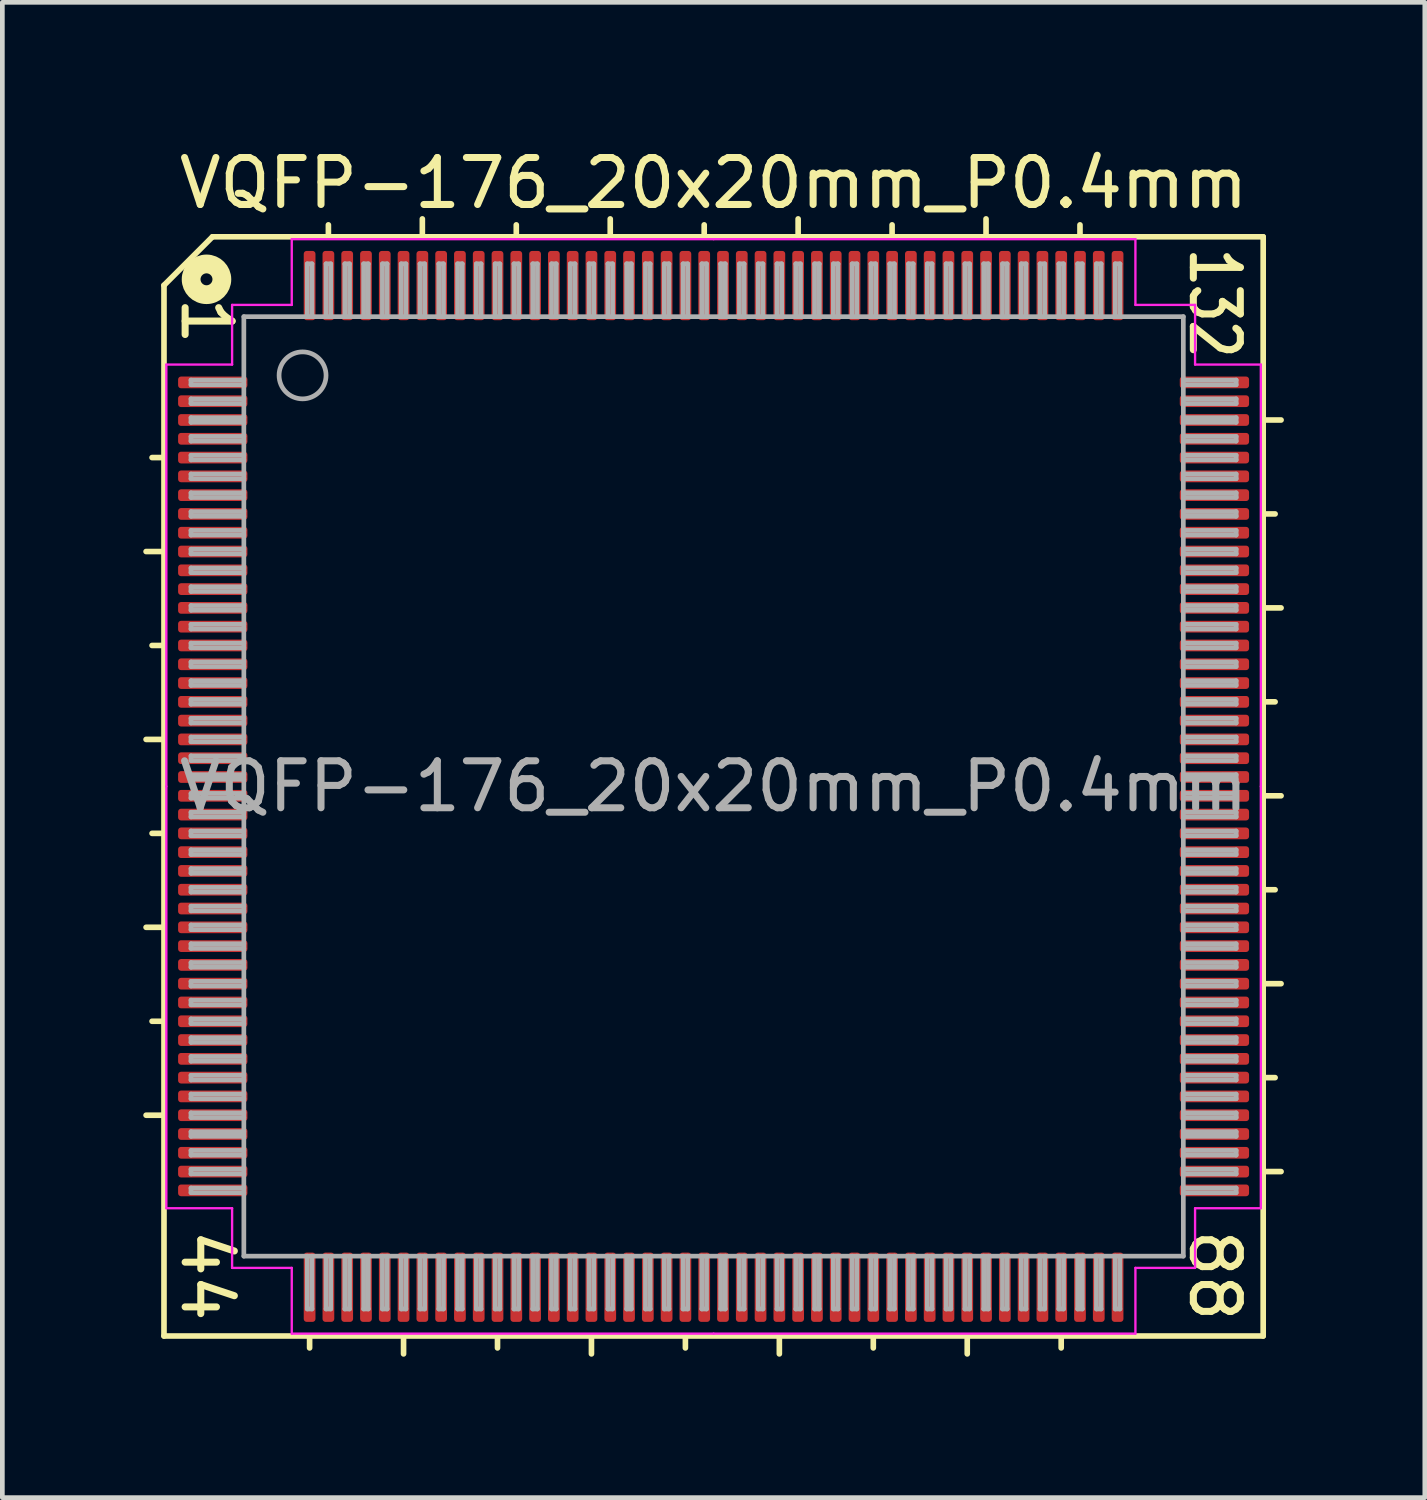
<source format=kicad_pcb>
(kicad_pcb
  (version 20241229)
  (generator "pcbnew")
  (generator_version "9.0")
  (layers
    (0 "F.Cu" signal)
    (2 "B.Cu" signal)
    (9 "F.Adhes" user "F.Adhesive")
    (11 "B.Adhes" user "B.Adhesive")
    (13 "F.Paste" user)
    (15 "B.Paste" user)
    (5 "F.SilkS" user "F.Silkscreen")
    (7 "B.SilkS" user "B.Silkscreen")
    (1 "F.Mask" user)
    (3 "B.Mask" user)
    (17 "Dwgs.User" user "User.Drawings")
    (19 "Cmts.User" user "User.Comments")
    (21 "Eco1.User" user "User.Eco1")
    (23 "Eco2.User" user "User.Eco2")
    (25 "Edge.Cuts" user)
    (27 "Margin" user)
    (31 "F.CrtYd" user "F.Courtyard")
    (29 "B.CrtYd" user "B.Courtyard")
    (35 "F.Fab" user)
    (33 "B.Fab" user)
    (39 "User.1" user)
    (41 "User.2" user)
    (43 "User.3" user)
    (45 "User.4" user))
  (footprint "VQFP-176_20x20mm_P0.4mm"
    (layer "F.Cu")
    (at 12.141 13.691)
    (property "Reference" "VQFP-176_20x20mm_P0.4mm" (at 0 -12.843 0) (layer "F.SilkS") (effects (font (size 1 1) (thickness 0.15))))
    (attr smd)
    (fp_line (start -11.7 -10.668) (end -11.7 11.7) (stroke (width 0.12) (type solid)) (layer "F.SilkS"))
    (fp_line (start -11.7 -7) (end -11.954 -7) (stroke (width 0.12) (type solid)) (layer "F.SilkS"))
    (fp_line (start -11.7 -5) (end -12.081 -5) (stroke (width 0.12) (type solid)) (layer "F.SilkS"))
    (fp_line (start -11.7 -3) (end -11.954 -3) (stroke (width 0.12) (type solid)) (layer "F.SilkS"))
    (fp_line (start -11.7 -1) (end -12.081 -1) (stroke (width 0.12) (type solid)) (layer "F.SilkS"))
    (fp_line (start -11.7 1) (end -11.954 1) (stroke (width 0.12) (type solid)) (layer "F.SilkS"))
    (fp_line (start -11.7 3) (end -12.081 3) (stroke (width 0.12) (type solid)) (layer "F.SilkS"))
    (fp_line (start -11.7 5) (end -11.954 5) (stroke (width 0.12) (type solid)) (layer "F.SilkS"))
    (fp_line (start -11.7 7) (end -12.081 7) (stroke (width 0.12) (type solid)) (layer "F.SilkS"))
    (fp_line (start -11.7 11.7) (end 11.7 11.7) (stroke (width 0.12) (type solid)) (layer "F.SilkS"))
    (fp_line (start -10.668 -11.7) (end -11.7 -10.668) (stroke (width 0.12) (type solid)) (layer "F.SilkS"))
    (fp_line (start -8.6 11.954) (end -8.6 11.7) (stroke (width 0.12) (type solid)) (layer "F.SilkS"))
    (fp_line (start -8.2 -11.7) (end -8.2 -11.954) (stroke (width 0.12) (type solid)) (layer "F.SilkS"))
    (fp_line (start -6.6 12.081) (end -6.6 11.7) (stroke (width 0.12) (type solid)) (layer "F.SilkS"))
    (fp_line (start -6.2 -11.7) (end -6.2 -12.081) (stroke (width 0.12) (type solid)) (layer "F.SilkS"))
    (fp_line (start -4.6 11.954) (end -4.6 11.7) (stroke (width 0.12) (type solid)) (layer "F.SilkS"))
    (fp_line (start -4.2 -11.7) (end -4.2 -11.954) (stroke (width 0.12) (type solid)) (layer "F.SilkS"))
    (fp_line (start -2.6 12.081) (end -2.6 11.7) (stroke (width 0.12) (type solid)) (layer "F.SilkS"))
    (fp_line (start -2.2 -11.7) (end -2.2 -12.081) (stroke (width 0.12) (type solid)) (layer "F.SilkS"))
    (fp_line (start -0.6 11.954) (end -0.6 11.7) (stroke (width 0.12) (type solid)) (layer "F.SilkS"))
    (fp_line (start -0.2 -11.7) (end -0.2 -11.954) (stroke (width 0.12) (type solid)) (layer "F.SilkS"))
    (fp_line (start 1.4 12.081) (end 1.4 11.7) (stroke (width 0.12) (type solid)) (layer "F.SilkS"))
    (fp_line (start 1.8 -11.7) (end 1.8 -12.081) (stroke (width 0.12) (type solid)) (layer "F.SilkS"))
    (fp_line (start 3.4 11.954) (end 3.4 11.7) (stroke (width 0.12) (type solid)) (layer "F.SilkS"))
    (fp_line (start 3.8 -11.7) (end 3.8 -11.954) (stroke (width 0.12) (type solid)) (layer "F.SilkS"))
    (fp_line (start 5.4 12.081) (end 5.4 11.7) (stroke (width 0.12) (type solid)) (layer "F.SilkS"))
    (fp_line (start 5.8 -11.7) (end 5.8 -12.081) (stroke (width 0.12) (type solid)) (layer "F.SilkS"))
    (fp_line (start 7.4 11.954) (end 7.4 11.7) (stroke (width 0.12) (type solid)) (layer "F.SilkS"))
    (fp_line (start 7.8 -11.7) (end 7.8 -11.954) (stroke (width 0.12) (type solid)) (layer "F.SilkS"))
    (fp_line (start 11.7 -11.7) (end -10.668 -11.7) (stroke (width 0.12) (type solid)) (layer "F.SilkS"))
    (fp_line (start 11.7 -7.8) (end 12.081 -7.8) (stroke (width 0.12) (type solid)) (layer "F.SilkS"))
    (fp_line (start 11.7 -5.8) (end 11.954 -5.8) (stroke (width 0.12) (type solid)) (layer "F.SilkS"))
    (fp_line (start 11.7 -3.8) (end 12.081 -3.8) (stroke (width 0.12) (type solid)) (layer "F.SilkS"))
    (fp_line (start 11.7 -1.8) (end 11.954 -1.8) (stroke (width 0.12) (type solid)) (layer "F.SilkS"))
    (fp_line (start 11.7 0.2) (end 12.081 0.2) (stroke (width 0.12) (type solid)) (layer "F.SilkS"))
    (fp_line (start 11.7 2.2) (end 11.954 2.2) (stroke (width 0.12) (type solid)) (layer "F.SilkS"))
    (fp_line (start 11.7 4.2) (end 12.081 4.2) (stroke (width 0.12) (type solid)) (layer "F.SilkS"))
    (fp_line (start 11.7 6.2) (end 11.954 6.2) (stroke (width 0.12) (type solid)) (layer "F.SilkS"))
    (fp_line (start 11.7 8.2) (end 12.081 8.2) (stroke (width 0.12) (type solid)) (layer "F.SilkS"))
    (fp_line (start 11.7 11.7) (end 11.7 -11.7) (stroke (width 0.12) (type solid)) (layer "F.SilkS"))
    (fp_circle (center -10.795 -10.795) (end -10.668 -10.795) (stroke (width 0.4) (type solid)) (fill no) (layer "F.SilkS"))
    (fp_line (start -11.65 -8.98) (end -11.65 0) (stroke (width 0.05) (type solid)) (layer "F.CrtYd"))
    (fp_line (start -11.65 8.98) (end -11.65 0) (stroke (width 0.05) (type solid)) (layer "F.CrtYd"))
    (fp_line (start -10.25 -10.25) (end -10.25 -8.98) (stroke (width 0.05) (type solid)) (layer "F.CrtYd"))
    (fp_line (start -10.25 -8.98) (end -11.65 -8.98) (stroke (width 0.05) (type solid)) (layer "F.CrtYd"))
    (fp_line (start -10.25 8.98) (end -11.65 8.98) (stroke (width 0.05) (type solid)) (layer "F.CrtYd"))
    (fp_line (start -10.25 10.25) (end -10.25 8.98) (stroke (width 0.05) (type solid)) (layer "F.CrtYd"))
    (fp_line (start -8.98 -11.65) (end -8.98 -10.25) (stroke (width 0.05) (type solid)) (layer "F.CrtYd"))
    (fp_line (start -8.98 -10.25) (end -10.25 -10.25) (stroke (width 0.05) (type solid)) (layer "F.CrtYd"))
    (fp_line (start -8.98 10.25) (end -10.25 10.25) (stroke (width 0.05) (type solid)) (layer "F.CrtYd"))
    (fp_line (start -8.98 11.65) (end -8.98 10.25) (stroke (width 0.05) (type solid)) (layer "F.CrtYd"))
    (fp_line (start 0 -11.65) (end -8.98 -11.65) (stroke (width 0.05) (type solid)) (layer "F.CrtYd"))
    (fp_line (start 0 -11.65) (end 8.98 -11.65) (stroke (width 0.05) (type solid)) (layer "F.CrtYd"))
    (fp_line (start 0 11.65) (end -8.98 11.65) (stroke (width 0.05) (type solid)) (layer "F.CrtYd"))
    (fp_line (start 0 11.65) (end 8.98 11.65) (stroke (width 0.05) (type solid)) (layer "F.CrtYd"))
    (fp_line (start 8.98 -11.65) (end 8.98 -10.25) (stroke (width 0.05) (type solid)) (layer "F.CrtYd"))
    (fp_line (start 8.98 -10.25) (end 10.25 -10.25) (stroke (width 0.05) (type solid)) (layer "F.CrtYd"))
    (fp_line (start 8.98 10.25) (end 10.25 10.25) (stroke (width 0.05) (type solid)) (layer "F.CrtYd"))
    (fp_line (start 8.98 11.65) (end 8.98 10.25) (stroke (width 0.05) (type solid)) (layer "F.CrtYd"))
    (fp_line (start 10.25 -10.25) (end 10.25 -8.98) (stroke (width 0.05) (type solid)) (layer "F.CrtYd"))
    (fp_line (start 10.25 -8.98) (end 11.65 -8.98) (stroke (width 0.05) (type solid)) (layer "F.CrtYd"))
    (fp_line (start 10.25 8.98) (end 11.65 8.98) (stroke (width 0.05) (type solid)) (layer "F.CrtYd"))
    (fp_line (start 10.25 10.25) (end 10.25 8.98) (stroke (width 0.05) (type solid)) (layer "F.CrtYd"))
    (fp_line (start 11.65 -8.98) (end 11.65 0) (stroke (width 0.05) (type solid)) (layer "F.CrtYd"))
    (fp_line (start 11.65 8.98) (end 11.65 0) (stroke (width 0.05) (type solid)) (layer "F.CrtYd"))
    (fp_line (start -11.125 -8.65) (end -11.125 -8.55) (stroke (width 0.1) (type solid)) (layer "F.Fab"))
    (fp_line (start -11.125 -8.65) (end -10 -8.65) (stroke (width 0.1) (type solid)) (layer "F.Fab"))
    (fp_line (start -11.125 -8.55) (end -10 -8.55) (stroke (width 0.1) (type solid)) (layer "F.Fab"))
    (fp_line (start -11.125 -8.25) (end -11.125 -8.15) (stroke (width 0.1) (type solid)) (layer "F.Fab"))
    (fp_line (start -11.125 -8.25) (end -10 -8.25) (stroke (width 0.1) (type solid)) (layer "F.Fab"))
    (fp_line (start -11.125 -8.15) (end -10 -8.15) (stroke (width 0.1) (type solid)) (layer "F.Fab"))
    (fp_line (start -11.125 -7.85) (end -11.125 -7.75) (stroke (width 0.1) (type solid)) (layer "F.Fab"))
    (fp_line (start -11.125 -7.85) (end -10 -7.85) (stroke (width 0.1) (type solid)) (layer "F.Fab"))
    (fp_line (start -11.125 -7.75) (end -10 -7.75) (stroke (width 0.1) (type solid)) (layer "F.Fab"))
    (fp_line (start -11.125 -7.45) (end -11.125 -7.35) (stroke (width 0.1) (type solid)) (layer "F.Fab"))
    (fp_line (start -11.125 -7.45) (end -10 -7.45) (stroke (width 0.1) (type solid)) (layer "F.Fab"))
    (fp_line (start -11.125 -7.35) (end -10 -7.35) (stroke (width 0.1) (type solid)) (layer "F.Fab"))
    (fp_line (start -11.125 -7.05) (end -11.125 -6.95) (stroke (width 0.1) (type solid)) (layer "F.Fab"))
    (fp_line (start -11.125 -7.05) (end -10 -7.05) (stroke (width 0.1) (type solid)) (layer "F.Fab"))
    (fp_line (start -11.125 -6.95) (end -10 -6.95) (stroke (width 0.1) (type solid)) (layer "F.Fab"))
    (fp_line (start -11.125 -6.65) (end -11.125 -6.55) (stroke (width 0.1) (type solid)) (layer "F.Fab"))
    (fp_line (start -11.125 -6.65) (end -10 -6.65) (stroke (width 0.1) (type solid)) (layer "F.Fab"))
    (fp_line (start -11.125 -6.55) (end -10 -6.55) (stroke (width 0.1) (type solid)) (layer "F.Fab"))
    (fp_line (start -11.125 -6.25) (end -11.125 -6.15) (stroke (width 0.1) (type solid)) (layer "F.Fab"))
    (fp_line (start -11.125 -6.25) (end -10 -6.25) (stroke (width 0.1) (type solid)) (layer "F.Fab"))
    (fp_line (start -11.125 -6.15) (end -10 -6.15) (stroke (width 0.1) (type solid)) (layer "F.Fab"))
    (fp_line (start -11.125 -5.85) (end -11.125 -5.75) (stroke (width 0.1) (type solid)) (layer "F.Fab"))
    (fp_line (start -11.125 -5.85) (end -10 -5.85) (stroke (width 0.1) (type solid)) (layer "F.Fab"))
    (fp_line (start -11.125 -5.75) (end -10 -5.75) (stroke (width 0.1) (type solid)) (layer "F.Fab"))
    (fp_line (start -11.125 -5.45) (end -11.125 -5.35) (stroke (width 0.1) (type solid)) (layer "F.Fab"))
    (fp_line (start -11.125 -5.45) (end -10 -5.45) (stroke (width 0.1) (type solid)) (layer "F.Fab"))
    (fp_line (start -11.125 -5.35) (end -10 -5.35) (stroke (width 0.1) (type solid)) (layer "F.Fab"))
    (fp_line (start -11.125 -5.05) (end -11.125 -4.95) (stroke (width 0.1) (type solid)) (layer "F.Fab"))
    (fp_line (start -11.125 -5.05) (end -10 -5.05) (stroke (width 0.1) (type solid)) (layer "F.Fab"))
    (fp_line (start -11.125 -4.95) (end -10 -4.95) (stroke (width 0.1) (type solid)) (layer "F.Fab"))
    (fp_line (start -11.125 -4.65) (end -11.125 -4.55) (stroke (width 0.1) (type solid)) (layer "F.Fab"))
    (fp_line (start -11.125 -4.65) (end -10 -4.65) (stroke (width 0.1) (type solid)) (layer "F.Fab"))
    (fp_line (start -11.125 -4.55) (end -10 -4.55) (stroke (width 0.1) (type solid)) (layer "F.Fab"))
    (fp_line (start -11.125 -4.25) (end -11.125 -4.15) (stroke (width 0.1) (type solid)) (layer "F.Fab"))
    (fp_line (start -11.125 -4.25) (end -10 -4.25) (stroke (width 0.1) (type solid)) (layer "F.Fab"))
    (fp_line (start -11.125 -4.15) (end -10 -4.15) (stroke (width 0.1) (type solid)) (layer "F.Fab"))
    (fp_line (start -11.125 -3.85) (end -11.125 -3.75) (stroke (width 0.1) (type solid)) (layer "F.Fab"))
    (fp_line (start -11.125 -3.85) (end -10 -3.85) (stroke (width 0.1) (type solid)) (layer "F.Fab"))
    (fp_line (start -11.125 -3.75) (end -10 -3.75) (stroke (width 0.1) (type solid)) (layer "F.Fab"))
    (fp_line (start -11.125 -3.45) (end -11.125 -3.35) (stroke (width 0.1) (type solid)) (layer "F.Fab"))
    (fp_line (start -11.125 -3.45) (end -10 -3.45) (stroke (width 0.1) (type solid)) (layer "F.Fab"))
    (fp_line (start -11.125 -3.35) (end -10 -3.35) (stroke (width 0.1) (type solid)) (layer "F.Fab"))
    (fp_line (start -11.125 -3.05) (end -11.125 -2.95) (stroke (width 0.1) (type solid)) (layer "F.Fab"))
    (fp_line (start -11.125 -3.05) (end -10 -3.05) (stroke (width 0.1) (type solid)) (layer "F.Fab"))
    (fp_line (start -11.125 -2.95) (end -10 -2.95) (stroke (width 0.1) (type solid)) (layer "F.Fab"))
    (fp_line (start -11.125 -2.65) (end -11.125 -2.55) (stroke (width 0.1) (type solid)) (layer "F.Fab"))
    (fp_line (start -11.125 -2.65) (end -10 -2.65) (stroke (width 0.1) (type solid)) (layer "F.Fab"))
    (fp_line (start -11.125 -2.55) (end -10 -2.55) (stroke (width 0.1) (type solid)) (layer "F.Fab"))
    (fp_line (start -11.125 -2.25) (end -11.125 -2.15) (stroke (width 0.1) (type solid)) (layer "F.Fab"))
    (fp_line (start -11.125 -2.25) (end -10 -2.25) (stroke (width 0.1) (type solid)) (layer "F.Fab"))
    (fp_line (start -11.125 -2.15) (end -10 -2.15) (stroke (width 0.1) (type solid)) (layer "F.Fab"))
    (fp_line (start -11.125 -1.85) (end -11.125 -1.75) (stroke (width 0.1) (type solid)) (layer "F.Fab"))
    (fp_line (start -11.125 -1.85) (end -10 -1.85) (stroke (width 0.1) (type solid)) (layer "F.Fab"))
    (fp_line (start -11.125 -1.75) (end -10 -1.75) (stroke (width 0.1) (type solid)) (layer "F.Fab"))
    (fp_line (start -11.125 -1.45) (end -11.125 -1.35) (stroke (width 0.1) (type solid)) (layer "F.Fab"))
    (fp_line (start -11.125 -1.45) (end -10 -1.45) (stroke (width 0.1) (type solid)) (layer "F.Fab"))
    (fp_line (start -11.125 -1.35) (end -10 -1.35) (stroke (width 0.1) (type solid)) (layer "F.Fab"))
    (fp_line (start -11.125 -1.05) (end -11.125 -0.95) (stroke (width 0.1) (type solid)) (layer "F.Fab"))
    (fp_line (start -11.125 -1.05) (end -10 -1.05) (stroke (width 0.1) (type solid)) (layer "F.Fab"))
    (fp_line (start -11.125 -0.95) (end -10 -0.95) (stroke (width 0.1) (type solid)) (layer "F.Fab"))
    (fp_line (start -11.125 -0.65) (end -11.125 -0.55) (stroke (width 0.1) (type solid)) (layer "F.Fab"))
    (fp_line (start -11.125 -0.65) (end -10 -0.65) (stroke (width 0.1) (type solid)) (layer "F.Fab"))
    (fp_line (start -11.125 -0.55) (end -10 -0.55) (stroke (width 0.1) (type solid)) (layer "F.Fab"))
    (fp_line (start -11.125 -0.25) (end -11.125 -0.15) (stroke (width 0.1) (type solid)) (layer "F.Fab"))
    (fp_line (start -11.125 -0.25) (end -10 -0.25) (stroke (width 0.1) (type solid)) (layer "F.Fab"))
    (fp_line (start -11.125 -0.15) (end -10 -0.15) (stroke (width 0.1) (type solid)) (layer "F.Fab"))
    (fp_line (start -11.125 0.15) (end -11.125 0.25) (stroke (width 0.1) (type solid)) (layer "F.Fab"))
    (fp_line (start -11.125 0.15) (end -10 0.15) (stroke (width 0.1) (type solid)) (layer "F.Fab"))
    (fp_line (start -11.125 0.25) (end -10 0.25) (stroke (width 0.1) (type solid)) (layer "F.Fab"))
    (fp_line (start -11.125 0.55) (end -11.125 0.65) (stroke (width 0.1) (type solid)) (layer "F.Fab"))
    (fp_line (start -11.125 0.55) (end -10 0.55) (stroke (width 0.1) (type solid)) (layer "F.Fab"))
    (fp_line (start -11.125 0.65) (end -10 0.65) (stroke (width 0.1) (type solid)) (layer "F.Fab"))
    (fp_line (start -11.125 0.95) (end -11.125 1.05) (stroke (width 0.1) (type solid)) (layer "F.Fab"))
    (fp_line (start -11.125 0.95) (end -10 0.95) (stroke (width 0.1) (type solid)) (layer "F.Fab"))
    (fp_line (start -11.125 1.05) (end -10 1.05) (stroke (width 0.1) (type solid)) (layer "F.Fab"))
    (fp_line (start -11.125 1.35) (end -11.125 1.45) (stroke (width 0.1) (type solid)) (layer "F.Fab"))
    (fp_line (start -11.125 1.35) (end -10 1.35) (stroke (width 0.1) (type solid)) (layer "F.Fab"))
    (fp_line (start -11.125 1.45) (end -10 1.45) (stroke (width 0.1) (type solid)) (layer "F.Fab"))
    (fp_line (start -11.125 1.75) (end -11.125 1.85) (stroke (width 0.1) (type solid)) (layer "F.Fab"))
    (fp_line (start -11.125 1.75) (end -10 1.75) (stroke (width 0.1) (type solid)) (layer "F.Fab"))
    (fp_line (start -11.125 1.85) (end -10 1.85) (stroke (width 0.1) (type solid)) (layer "F.Fab"))
    (fp_line (start -11.125 2.15) (end -11.125 2.25) (stroke (width 0.1) (type solid)) (layer "F.Fab"))
    (fp_line (start -11.125 2.15) (end -10 2.15) (stroke (width 0.1) (type solid)) (layer "F.Fab"))
    (fp_line (start -11.125 2.25) (end -10 2.25) (stroke (width 0.1) (type solid)) (layer "F.Fab"))
    (fp_line (start -11.125 2.55) (end -11.125 2.65) (stroke (width 0.1) (type solid)) (layer "F.Fab"))
    (fp_line (start -11.125 2.55) (end -10 2.55) (stroke (width 0.1) (type solid)) (layer "F.Fab"))
    (fp_line (start -11.125 2.65) (end -10 2.65) (stroke (width 0.1) (type solid)) (layer "F.Fab"))
    (fp_line (start -11.125 2.95) (end -11.125 3.05) (stroke (width 0.1) (type solid)) (layer "F.Fab"))
    (fp_line (start -11.125 2.95) (end -10 2.95) (stroke (width 0.1) (type solid)) (layer "F.Fab"))
    (fp_line (start -11.125 3.05) (end -10 3.05) (stroke (width 0.1) (type solid)) (layer "F.Fab"))
    (fp_line (start -11.125 3.35) (end -11.125 3.45) (stroke (width 0.1) (type solid)) (layer "F.Fab"))
    (fp_line (start -11.125 3.35) (end -10 3.35) (stroke (width 0.1) (type solid)) (layer "F.Fab"))
    (fp_line (start -11.125 3.45) (end -10 3.45) (stroke (width 0.1) (type solid)) (layer "F.Fab"))
    (fp_line (start -11.125 3.75) (end -11.125 3.85) (stroke (width 0.1) (type solid)) (layer "F.Fab"))
    (fp_line (start -11.125 3.75) (end -10 3.75) (stroke (width 0.1) (type solid)) (layer "F.Fab"))
    (fp_line (start -11.125 3.85) (end -10 3.85) (stroke (width 0.1) (type solid)) (layer "F.Fab"))
    (fp_line (start -11.125 4.15) (end -11.125 4.25) (stroke (width 0.1) (type solid)) (layer "F.Fab"))
    (fp_line (start -11.125 4.15) (end -10 4.15) (stroke (width 0.1) (type solid)) (layer "F.Fab"))
    (fp_line (start -11.125 4.25) (end -10 4.25) (stroke (width 0.1) (type solid)) (layer "F.Fab"))
    (fp_line (start -11.125 4.55) (end -11.125 4.65) (stroke (width 0.1) (type solid)) (layer "F.Fab"))
    (fp_line (start -11.125 4.55) (end -10 4.55) (stroke (width 0.1) (type solid)) (layer "F.Fab"))
    (fp_line (start -11.125 4.65) (end -10 4.65) (stroke (width 0.1) (type solid)) (layer "F.Fab"))
    (fp_line (start -11.125 4.95) (end -11.125 5.05) (stroke (width 0.1) (type solid)) (layer "F.Fab"))
    (fp_line (start -11.125 4.95) (end -10 4.95) (stroke (width 0.1) (type solid)) (layer "F.Fab"))
    (fp_line (start -11.125 5.05) (end -10 5.05) (stroke (width 0.1) (type solid)) (layer "F.Fab"))
    (fp_line (start -11.125 5.35) (end -11.125 5.45) (stroke (width 0.1) (type solid)) (layer "F.Fab"))
    (fp_line (start -11.125 5.35) (end -10 5.35) (stroke (width 0.1) (type solid)) (layer "F.Fab"))
    (fp_line (start -11.125 5.45) (end -10 5.45) (stroke (width 0.1) (type solid)) (layer "F.Fab"))
    (fp_line (start -11.125 5.75) (end -11.125 5.85) (stroke (width 0.1) (type solid)) (layer "F.Fab"))
    (fp_line (start -11.125 5.75) (end -10 5.75) (stroke (width 0.1) (type solid)) (layer "F.Fab"))
    (fp_line (start -11.125 5.85) (end -10 5.85) (stroke (width 0.1) (type solid)) (layer "F.Fab"))
    (fp_line (start -11.125 6.15) (end -11.125 6.25) (stroke (width 0.1) (type solid)) (layer "F.Fab"))
    (fp_line (start -11.125 6.15) (end -10 6.15) (stroke (width 0.1) (type solid)) (layer "F.Fab"))
    (fp_line (start -11.125 6.25) (end -10 6.25) (stroke (width 0.1) (type solid)) (layer "F.Fab"))
    (fp_line (start -11.125 6.55) (end -11.125 6.65) (stroke (width 0.1) (type solid)) (layer "F.Fab"))
    (fp_line (start -11.125 6.55) (end -10 6.55) (stroke (width 0.1) (type solid)) (layer "F.Fab"))
    (fp_line (start -11.125 6.65) (end -10 6.65) (stroke (width 0.1) (type solid)) (layer "F.Fab"))
    (fp_line (start -11.125 6.95) (end -11.125 7.05) (stroke (width 0.1) (type solid)) (layer "F.Fab"))
    (fp_line (start -11.125 6.95) (end -10 6.95) (stroke (width 0.1) (type solid)) (layer "F.Fab"))
    (fp_line (start -11.125 7.05) (end -10 7.05) (stroke (width 0.1) (type solid)) (layer "F.Fab"))
    (fp_line (start -11.125 7.35) (end -11.125 7.45) (stroke (width 0.1) (type solid)) (layer "F.Fab"))
    (fp_line (start -11.125 7.35) (end -10 7.35) (stroke (width 0.1) (type solid)) (layer "F.Fab"))
    (fp_line (start -11.125 7.45) (end -10 7.45) (stroke (width 0.1) (type solid)) (layer "F.Fab"))
    (fp_line (start -11.125 7.75) (end -11.125 7.85) (stroke (width 0.1) (type solid)) (layer "F.Fab"))
    (fp_line (start -11.125 7.75) (end -10 7.75) (stroke (width 0.1) (type solid)) (layer "F.Fab"))
    (fp_line (start -11.125 7.85) (end -10 7.85) (stroke (width 0.1) (type solid)) (layer "F.Fab"))
    (fp_line (start -11.125 8.15) (end -11.125 8.25) (stroke (width 0.1) (type solid)) (layer "F.Fab"))
    (fp_line (start -11.125 8.15) (end -10 8.15) (stroke (width 0.1) (type solid)) (layer "F.Fab"))
    (fp_line (start -11.125 8.25) (end -10 8.25) (stroke (width 0.1) (type solid)) (layer "F.Fab"))
    (fp_line (start -11.125 8.55) (end -11.125 8.65) (stroke (width 0.1) (type solid)) (layer "F.Fab"))
    (fp_line (start -11.125 8.55) (end -10 8.55) (stroke (width 0.1) (type solid)) (layer "F.Fab"))
    (fp_line (start -11.125 8.65) (end -10 8.65) (stroke (width 0.1) (type solid)) (layer "F.Fab"))
    (fp_line (start -10 -10) (end 10 -10) (stroke (width 0.1) (type solid)) (layer "F.Fab"))
    (fp_line (start -10 10) (end -10 -10) (stroke (width 0.1) (type solid)) (layer "F.Fab"))
    (fp_line (start -8.65 -11.125) (end -8.65 -10) (stroke (width 0.1) (type solid)) (layer "F.Fab"))
    (fp_line (start -8.65 11.125) (end -8.65 10) (stroke (width 0.1) (type solid)) (layer "F.Fab"))
    (fp_line (start -8.65 11.125) (end -8.55 11.125) (stroke (width 0.1) (type solid)) (layer "F.Fab"))
    (fp_line (start -8.55 -11.125) (end -8.65 -11.125) (stroke (width 0.1) (type solid)) (layer "F.Fab"))
    (fp_line (start -8.55 -11.125) (end -8.55 -10) (stroke (width 0.1) (type solid)) (layer "F.Fab"))
    (fp_line (start -8.55 11.125) (end -8.55 10) (stroke (width 0.1) (type solid)) (layer "F.Fab"))
    (fp_line (start -8.25 -11.125) (end -8.25 -10) (stroke (width 0.1) (type solid)) (layer "F.Fab"))
    (fp_line (start -8.25 11.125) (end -8.25 10) (stroke (width 0.1) (type solid)) (layer "F.Fab"))
    (fp_line (start -8.25 11.125) (end -8.15 11.125) (stroke (width 0.1) (type solid)) (layer "F.Fab"))
    (fp_line (start -8.15 -11.125) (end -8.25 -11.125) (stroke (width 0.1) (type solid)) (layer "F.Fab"))
    (fp_line (start -8.15 -11.125) (end -8.15 -10) (stroke (width 0.1) (type solid)) (layer "F.Fab"))
    (fp_line (start -8.15 11.125) (end -8.15 10) (stroke (width 0.1) (type solid)) (layer "F.Fab"))
    (fp_line (start -7.85 -11.125) (end -7.85 -10) (stroke (width 0.1) (type solid)) (layer "F.Fab"))
    (fp_line (start -7.85 11.125) (end -7.85 10) (stroke (width 0.1) (type solid)) (layer "F.Fab"))
    (fp_line (start -7.85 11.125) (end -7.75 11.125) (stroke (width 0.1) (type solid)) (layer "F.Fab"))
    (fp_line (start -7.75 -11.125) (end -7.85 -11.125) (stroke (width 0.1) (type solid)) (layer "F.Fab"))
    (fp_line (start -7.75 -11.125) (end -7.75 -10) (stroke (width 0.1) (type solid)) (layer "F.Fab"))
    (fp_line (start -7.75 11.125) (end -7.75 10) (stroke (width 0.1) (type solid)) (layer "F.Fab"))
    (fp_line (start -7.45 -11.125) (end -7.45 -10) (stroke (width 0.1) (type solid)) (layer "F.Fab"))
    (fp_line (start -7.45 11.125) (end -7.45 10) (stroke (width 0.1) (type solid)) (layer "F.Fab"))
    (fp_line (start -7.45 11.125) (end -7.35 11.125) (stroke (width 0.1) (type solid)) (layer "F.Fab"))
    (fp_line (start -7.35 -11.125) (end -7.45 -11.125) (stroke (width 0.1) (type solid)) (layer "F.Fab"))
    (fp_line (start -7.35 -11.125) (end -7.35 -10) (stroke (width 0.1) (type solid)) (layer "F.Fab"))
    (fp_line (start -7.35 11.125) (end -7.35 10) (stroke (width 0.1) (type solid)) (layer "F.Fab"))
    (fp_line (start -7.05 -11.125) (end -7.05 -10) (stroke (width 0.1) (type solid)) (layer "F.Fab"))
    (fp_line (start -7.05 11.125) (end -7.05 10) (stroke (width 0.1) (type solid)) (layer "F.Fab"))
    (fp_line (start -7.05 11.125) (end -6.95 11.125) (stroke (width 0.1) (type solid)) (layer "F.Fab"))
    (fp_line (start -6.95 -11.125) (end -7.05 -11.125) (stroke (width 0.1) (type solid)) (layer "F.Fab"))
    (fp_line (start -6.95 -11.125) (end -6.95 -10) (stroke (width 0.1) (type solid)) (layer "F.Fab"))
    (fp_line (start -6.95 11.125) (end -6.95 10) (stroke (width 0.1) (type solid)) (layer "F.Fab"))
    (fp_line (start -6.65 -11.125) (end -6.65 -10) (stroke (width 0.1) (type solid)) (layer "F.Fab"))
    (fp_line (start -6.65 11.125) (end -6.65 10) (stroke (width 0.1) (type solid)) (layer "F.Fab"))
    (fp_line (start -6.65 11.125) (end -6.55 11.125) (stroke (width 0.1) (type solid)) (layer "F.Fab"))
    (fp_line (start -6.55 -11.125) (end -6.65 -11.125) (stroke (width 0.1) (type solid)) (layer "F.Fab"))
    (fp_line (start -6.55 -11.125) (end -6.55 -10) (stroke (width 0.1) (type solid)) (layer "F.Fab"))
    (fp_line (start -6.55 11.125) (end -6.55 10) (stroke (width 0.1) (type solid)) (layer "F.Fab"))
    (fp_line (start -6.25 -11.125) (end -6.25 -10) (stroke (width 0.1) (type solid)) (layer "F.Fab"))
    (fp_line (start -6.25 11.125) (end -6.25 10) (stroke (width 0.1) (type solid)) (layer "F.Fab"))
    (fp_line (start -6.25 11.125) (end -6.15 11.125) (stroke (width 0.1) (type solid)) (layer "F.Fab"))
    (fp_line (start -6.15 -11.125) (end -6.25 -11.125) (stroke (width 0.1) (type solid)) (layer "F.Fab"))
    (fp_line (start -6.15 -11.125) (end -6.15 -10) (stroke (width 0.1) (type solid)) (layer "F.Fab"))
    (fp_line (start -6.15 11.125) (end -6.15 10) (stroke (width 0.1) (type solid)) (layer "F.Fab"))
    (fp_line (start -5.85 -11.125) (end -5.85 -10) (stroke (width 0.1) (type solid)) (layer "F.Fab"))
    (fp_line (start -5.85 11.125) (end -5.85 10) (stroke (width 0.1) (type solid)) (layer "F.Fab"))
    (fp_line (start -5.85 11.125) (end -5.75 11.125) (stroke (width 0.1) (type solid)) (layer "F.Fab"))
    (fp_line (start -5.75 -11.125) (end -5.85 -11.125) (stroke (width 0.1) (type solid)) (layer "F.Fab"))
    (fp_line (start -5.75 -11.125) (end -5.75 -10) (stroke (width 0.1) (type solid)) (layer "F.Fab"))
    (fp_line (start -5.75 11.125) (end -5.75 10) (stroke (width 0.1) (type solid)) (layer "F.Fab"))
    (fp_line (start -5.45 -11.125) (end -5.45 -10) (stroke (width 0.1) (type solid)) (layer "F.Fab"))
    (fp_line (start -5.45 11.125) (end -5.45 10) (stroke (width 0.1) (type solid)) (layer "F.Fab"))
    (fp_line (start -5.45 11.125) (end -5.35 11.125) (stroke (width 0.1) (type solid)) (layer "F.Fab"))
    (fp_line (start -5.35 -11.125) (end -5.45 -11.125) (stroke (width 0.1) (type solid)) (layer "F.Fab"))
    (fp_line (start -5.35 -11.125) (end -5.35 -10) (stroke (width 0.1) (type solid)) (layer "F.Fab"))
    (fp_line (start -5.35 11.125) (end -5.35 10) (stroke (width 0.1) (type solid)) (layer "F.Fab"))
    (fp_line (start -5.05 -11.125) (end -5.05 -10) (stroke (width 0.1) (type solid)) (layer "F.Fab"))
    (fp_line (start -5.05 11.125) (end -5.05 10) (stroke (width 0.1) (type solid)) (layer "F.Fab"))
    (fp_line (start -5.05 11.125) (end -4.95 11.125) (stroke (width 0.1) (type solid)) (layer "F.Fab"))
    (fp_line (start -4.95 -11.125) (end -5.05 -11.125) (stroke (width 0.1) (type solid)) (layer "F.Fab"))
    (fp_line (start -4.95 -11.125) (end -4.95 -10) (stroke (width 0.1) (type solid)) (layer "F.Fab"))
    (fp_line (start -4.95 11.125) (end -4.95 10) (stroke (width 0.1) (type solid)) (layer "F.Fab"))
    (fp_line (start -4.65 -11.125) (end -4.65 -10) (stroke (width 0.1) (type solid)) (layer "F.Fab"))
    (fp_line (start -4.65 11.125) (end -4.65 10) (stroke (width 0.1) (type solid)) (layer "F.Fab"))
    (fp_line (start -4.65 11.125) (end -4.55 11.125) (stroke (width 0.1) (type solid)) (layer "F.Fab"))
    (fp_line (start -4.55 -11.125) (end -4.65 -11.125) (stroke (width 0.1) (type solid)) (layer "F.Fab"))
    (fp_line (start -4.55 -11.125) (end -4.55 -10) (stroke (width 0.1) (type solid)) (layer "F.Fab"))
    (fp_line (start -4.55 11.125) (end -4.55 10) (stroke (width 0.1) (type solid)) (layer "F.Fab"))
    (fp_line (start -4.25 -11.125) (end -4.25 -10) (stroke (width 0.1) (type solid)) (layer "F.Fab"))
    (fp_line (start -4.25 11.125) (end -4.25 10) (stroke (width 0.1) (type solid)) (layer "F.Fab"))
    (fp_line (start -4.25 11.125) (end -4.15 11.125) (stroke (width 0.1) (type solid)) (layer "F.Fab"))
    (fp_line (start -4.15 -11.125) (end -4.25 -11.125) (stroke (width 0.1) (type solid)) (layer "F.Fab"))
    (fp_line (start -4.15 -11.125) (end -4.15 -10) (stroke (width 0.1) (type solid)) (layer "F.Fab"))
    (fp_line (start -4.15 11.125) (end -4.15 10) (stroke (width 0.1) (type solid)) (layer "F.Fab"))
    (fp_line (start -3.85 -11.125) (end -3.85 -10) (stroke (width 0.1) (type solid)) (layer "F.Fab"))
    (fp_line (start -3.85 11.125) (end -3.85 10) (stroke (width 0.1) (type solid)) (layer "F.Fab"))
    (fp_line (start -3.85 11.125) (end -3.75 11.125) (stroke (width 0.1) (type solid)) (layer "F.Fab"))
    (fp_line (start -3.75 -11.125) (end -3.85 -11.125) (stroke (width 0.1) (type solid)) (layer "F.Fab"))
    (fp_line (start -3.75 -11.125) (end -3.75 -10) (stroke (width 0.1) (type solid)) (layer "F.Fab"))
    (fp_line (start -3.75 11.125) (end -3.75 10) (stroke (width 0.1) (type solid)) (layer "F.Fab"))
    (fp_line (start -3.45 -11.125) (end -3.45 -10) (stroke (width 0.1) (type solid)) (layer "F.Fab"))
    (fp_line (start -3.45 11.125) (end -3.45 10) (stroke (width 0.1) (type solid)) (layer "F.Fab"))
    (fp_line (start -3.45 11.125) (end -3.35 11.125) (stroke (width 0.1) (type solid)) (layer "F.Fab"))
    (fp_line (start -3.35 -11.125) (end -3.45 -11.125) (stroke (width 0.1) (type solid)) (layer "F.Fab"))
    (fp_line (start -3.35 -11.125) (end -3.35 -10) (stroke (width 0.1) (type solid)) (layer "F.Fab"))
    (fp_line (start -3.35 11.125) (end -3.35 10) (stroke (width 0.1) (type solid)) (layer "F.Fab"))
    (fp_line (start -3.05 -11.125) (end -3.05 -10) (stroke (width 0.1) (type solid)) (layer "F.Fab"))
    (fp_line (start -3.05 11.125) (end -3.05 10) (stroke (width 0.1) (type solid)) (layer "F.Fab"))
    (fp_line (start -3.05 11.125) (end -2.95 11.125) (stroke (width 0.1) (type solid)) (layer "F.Fab"))
    (fp_line (start -2.95 -11.125) (end -3.05 -11.125) (stroke (width 0.1) (type solid)) (layer "F.Fab"))
    (fp_line (start -2.95 -11.125) (end -2.95 -10) (stroke (width 0.1) (type solid)) (layer "F.Fab"))
    (fp_line (start -2.95 11.125) (end -2.95 10) (stroke (width 0.1) (type solid)) (layer "F.Fab"))
    (fp_line (start -2.65 -11.125) (end -2.65 -10) (stroke (width 0.1) (type solid)) (layer "F.Fab"))
    (fp_line (start -2.65 11.125) (end -2.65 10) (stroke (width 0.1) (type solid)) (layer "F.Fab"))
    (fp_line (start -2.65 11.125) (end -2.55 11.125) (stroke (width 0.1) (type solid)) (layer "F.Fab"))
    (fp_line (start -2.55 -11.125) (end -2.65 -11.125) (stroke (width 0.1) (type solid)) (layer "F.Fab"))
    (fp_line (start -2.55 -11.125) (end -2.55 -10) (stroke (width 0.1) (type solid)) (layer "F.Fab"))
    (fp_line (start -2.55 11.125) (end -2.55 10) (stroke (width 0.1) (type solid)) (layer "F.Fab"))
    (fp_line (start -2.25 -11.125) (end -2.25 -10) (stroke (width 0.1) (type solid)) (layer "F.Fab"))
    (fp_line (start -2.25 11.125) (end -2.25 10) (stroke (width 0.1) (type solid)) (layer "F.Fab"))
    (fp_line (start -2.25 11.125) (end -2.15 11.125) (stroke (width 0.1) (type solid)) (layer "F.Fab"))
    (fp_line (start -2.15 -11.125) (end -2.25 -11.125) (stroke (width 0.1) (type solid)) (layer "F.Fab"))
    (fp_line (start -2.15 -11.125) (end -2.15 -10) (stroke (width 0.1) (type solid)) (layer "F.Fab"))
    (fp_line (start -2.15 11.125) (end -2.15 10) (stroke (width 0.1) (type solid)) (layer "F.Fab"))
    (fp_line (start -1.85 -11.125) (end -1.85 -10) (stroke (width 0.1) (type solid)) (layer "F.Fab"))
    (fp_line (start -1.85 11.125) (end -1.85 10) (stroke (width 0.1) (type solid)) (layer "F.Fab"))
    (fp_line (start -1.85 11.125) (end -1.75 11.125) (stroke (width 0.1) (type solid)) (layer "F.Fab"))
    (fp_line (start -1.75 -11.125) (end -1.85 -11.125) (stroke (width 0.1) (type solid)) (layer "F.Fab"))
    (fp_line (start -1.75 -11.125) (end -1.75 -10) (stroke (width 0.1) (type solid)) (layer "F.Fab"))
    (fp_line (start -1.75 11.125) (end -1.75 10) (stroke (width 0.1) (type solid)) (layer "F.Fab"))
    (fp_line (start -1.45 -11.125) (end -1.45 -10) (stroke (width 0.1) (type solid)) (layer "F.Fab"))
    (fp_line (start -1.45 11.125) (end -1.45 10) (stroke (width 0.1) (type solid)) (layer "F.Fab"))
    (fp_line (start -1.45 11.125) (end -1.35 11.125) (stroke (width 0.1) (type solid)) (layer "F.Fab"))
    (fp_line (start -1.35 -11.125) (end -1.45 -11.125) (stroke (width 0.1) (type solid)) (layer "F.Fab"))
    (fp_line (start -1.35 -11.125) (end -1.35 -10) (stroke (width 0.1) (type solid)) (layer "F.Fab"))
    (fp_line (start -1.35 11.125) (end -1.35 10) (stroke (width 0.1) (type solid)) (layer "F.Fab"))
    (fp_line (start -1.05 -11.125) (end -1.05 -10) (stroke (width 0.1) (type solid)) (layer "F.Fab"))
    (fp_line (start -1.05 11.125) (end -1.05 10) (stroke (width 0.1) (type solid)) (layer "F.Fab"))
    (fp_line (start -1.05 11.125) (end -0.95 11.125) (stroke (width 0.1) (type solid)) (layer "F.Fab"))
    (fp_line (start -0.95 -11.125) (end -1.05 -11.125) (stroke (width 0.1) (type solid)) (layer "F.Fab"))
    (fp_line (start -0.95 -11.125) (end -0.95 -10) (stroke (width 0.1) (type solid)) (layer "F.Fab"))
    (fp_line (start -0.95 11.125) (end -0.95 10) (stroke (width 0.1) (type solid)) (layer "F.Fab"))
    (fp_line (start -0.65 -11.125) (end -0.65 -10) (stroke (width 0.1) (type solid)) (layer "F.Fab"))
    (fp_line (start -0.65 11.125) (end -0.65 10) (stroke (width 0.1) (type solid)) (layer "F.Fab"))
    (fp_line (start -0.65 11.125) (end -0.55 11.125) (stroke (width 0.1) (type solid)) (layer "F.Fab"))
    (fp_line (start -0.55 -11.125) (end -0.65 -11.125) (stroke (width 0.1) (type solid)) (layer "F.Fab"))
    (fp_line (start -0.55 -11.125) (end -0.55 -10) (stroke (width 0.1) (type solid)) (layer "F.Fab"))
    (fp_line (start -0.55 11.125) (end -0.55 10) (stroke (width 0.1) (type solid)) (layer "F.Fab"))
    (fp_line (start -0.25 -11.125) (end -0.25 -10) (stroke (width 0.1) (type solid)) (layer "F.Fab"))
    (fp_line (start -0.25 11.125) (end -0.25 10) (stroke (width 0.1) (type solid)) (layer "F.Fab"))
    (fp_line (start -0.25 11.125) (end -0.15 11.125) (stroke (width 0.1) (type solid)) (layer "F.Fab"))
    (fp_line (start -0.15 -11.125) (end -0.25 -11.125) (stroke (width 0.1) (type solid)) (layer "F.Fab"))
    (fp_line (start -0.15 -11.125) (end -0.15 -10) (stroke (width 0.1) (type solid)) (layer "F.Fab"))
    (fp_line (start -0.15 11.125) (end -0.15 10) (stroke (width 0.1) (type solid)) (layer "F.Fab"))
    (fp_line (start 0.15 -11.125) (end 0.15 -10) (stroke (width 0.1) (type solid)) (layer "F.Fab"))
    (fp_line (start 0.15 11.125) (end 0.15 10) (stroke (width 0.1) (type solid)) (layer "F.Fab"))
    (fp_line (start 0.15 11.125) (end 0.25 11.125) (stroke (width 0.1) (type solid)) (layer "F.Fab"))
    (fp_line (start 0.25 -11.125) (end 0.15 -11.125) (stroke (width 0.1) (type solid)) (layer "F.Fab"))
    (fp_line (start 0.25 -11.125) (end 0.25 -10) (stroke (width 0.1) (type solid)) (layer "F.Fab"))
    (fp_line (start 0.25 11.125) (end 0.25 10) (stroke (width 0.1) (type solid)) (layer "F.Fab"))
    (fp_line (start 0.55 -11.125) (end 0.55 -10) (stroke (width 0.1) (type solid)) (layer "F.Fab"))
    (fp_line (start 0.55 11.125) (end 0.55 10) (stroke (width 0.1) (type solid)) (layer "F.Fab"))
    (fp_line (start 0.55 11.125) (end 0.65 11.125) (stroke (width 0.1) (type solid)) (layer "F.Fab"))
    (fp_line (start 0.65 -11.125) (end 0.55 -11.125) (stroke (width 0.1) (type solid)) (layer "F.Fab"))
    (fp_line (start 0.65 -11.125) (end 0.65 -10) (stroke (width 0.1) (type solid)) (layer "F.Fab"))
    (fp_line (start 0.65 11.125) (end 0.65 10) (stroke (width 0.1) (type solid)) (layer "F.Fab"))
    (fp_line (start 0.95 -11.125) (end 0.95 -10) (stroke (width 0.1) (type solid)) (layer "F.Fab"))
    (fp_line (start 0.95 11.125) (end 0.95 10) (stroke (width 0.1) (type solid)) (layer "F.Fab"))
    (fp_line (start 0.95 11.125) (end 1.05 11.125) (stroke (width 0.1) (type solid)) (layer "F.Fab"))
    (fp_line (start 1.05 -11.125) (end 0.95 -11.125) (stroke (width 0.1) (type solid)) (layer "F.Fab"))
    (fp_line (start 1.05 -11.125) (end 1.05 -10) (stroke (width 0.1) (type solid)) (layer "F.Fab"))
    (fp_line (start 1.05 11.125) (end 1.05 10) (stroke (width 0.1) (type solid)) (layer "F.Fab"))
    (fp_line (start 1.35 -11.125) (end 1.35 -10) (stroke (width 0.1) (type solid)) (layer "F.Fab"))
    (fp_line (start 1.35 11.125) (end 1.35 10) (stroke (width 0.1) (type solid)) (layer "F.Fab"))
    (fp_line (start 1.35 11.125) (end 1.45 11.125) (stroke (width 0.1) (type solid)) (layer "F.Fab"))
    (fp_line (start 1.45 -11.125) (end 1.35 -11.125) (stroke (width 0.1) (type solid)) (layer "F.Fab"))
    (fp_line (start 1.45 -11.125) (end 1.45 -10) (stroke (width 0.1) (type solid)) (layer "F.Fab"))
    (fp_line (start 1.45 11.125) (end 1.45 10) (stroke (width 0.1) (type solid)) (layer "F.Fab"))
    (fp_line (start 1.75 -11.125) (end 1.75 -10) (stroke (width 0.1) (type solid)) (layer "F.Fab"))
    (fp_line (start 1.75 11.125) (end 1.75 10) (stroke (width 0.1) (type solid)) (layer "F.Fab"))
    (fp_line (start 1.75 11.125) (end 1.85 11.125) (stroke (width 0.1) (type solid)) (layer "F.Fab"))
    (fp_line (start 1.85 -11.125) (end 1.75 -11.125) (stroke (width 0.1) (type solid)) (layer "F.Fab"))
    (fp_line (start 1.85 -11.125) (end 1.85 -10) (stroke (width 0.1) (type solid)) (layer "F.Fab"))
    (fp_line (start 1.85 11.125) (end 1.85 10) (stroke (width 0.1) (type solid)) (layer "F.Fab"))
    (fp_line (start 2.15 -11.125) (end 2.15 -10) (stroke (width 0.1) (type solid)) (layer "F.Fab"))
    (fp_line (start 2.15 11.125) (end 2.15 10) (stroke (width 0.1) (type solid)) (layer "F.Fab"))
    (fp_line (start 2.15 11.125) (end 2.25 11.125) (stroke (width 0.1) (type solid)) (layer "F.Fab"))
    (fp_line (start 2.25 -11.125) (end 2.15 -11.125) (stroke (width 0.1) (type solid)) (layer "F.Fab"))
    (fp_line (start 2.25 -11.125) (end 2.25 -10) (stroke (width 0.1) (type solid)) (layer "F.Fab"))
    (fp_line (start 2.25 11.125) (end 2.25 10) (stroke (width 0.1) (type solid)) (layer "F.Fab"))
    (fp_line (start 2.55 -11.125) (end 2.55 -10) (stroke (width 0.1) (type solid)) (layer "F.Fab"))
    (fp_line (start 2.55 11.125) (end 2.55 10) (stroke (width 0.1) (type solid)) (layer "F.Fab"))
    (fp_line (start 2.55 11.125) (end 2.65 11.125) (stroke (width 0.1) (type solid)) (layer "F.Fab"))
    (fp_line (start 2.65 -11.125) (end 2.55 -11.125) (stroke (width 0.1) (type solid)) (layer "F.Fab"))
    (fp_line (start 2.65 -11.125) (end 2.65 -10) (stroke (width 0.1) (type solid)) (layer "F.Fab"))
    (fp_line (start 2.65 11.125) (end 2.65 10) (stroke (width 0.1) (type solid)) (layer "F.Fab"))
    (fp_line (start 2.95 -11.125) (end 2.95 -10) (stroke (width 0.1) (type solid)) (layer "F.Fab"))
    (fp_line (start 2.95 11.125) (end 2.95 10) (stroke (width 0.1) (type solid)) (layer "F.Fab"))
    (fp_line (start 2.95 11.125) (end 3.05 11.125) (stroke (width 0.1) (type solid)) (layer "F.Fab"))
    (fp_line (start 3.05 -11.125) (end 2.95 -11.125) (stroke (width 0.1) (type solid)) (layer "F.Fab"))
    (fp_line (start 3.05 -11.125) (end 3.05 -10) (stroke (width 0.1) (type solid)) (layer "F.Fab"))
    (fp_line (start 3.05 11.125) (end 3.05 10) (stroke (width 0.1) (type solid)) (layer "F.Fab"))
    (fp_line (start 3.35 -11.125) (end 3.35 -10) (stroke (width 0.1) (type solid)) (layer "F.Fab"))
    (fp_line (start 3.35 11.125) (end 3.35 10) (stroke (width 0.1) (type solid)) (layer "F.Fab"))
    (fp_line (start 3.35 11.125) (end 3.45 11.125) (stroke (width 0.1) (type solid)) (layer "F.Fab"))
    (fp_line (start 3.45 -11.125) (end 3.35 -11.125) (stroke (width 0.1) (type solid)) (layer "F.Fab"))
    (fp_line (start 3.45 -11.125) (end 3.45 -10) (stroke (width 0.1) (type solid)) (layer "F.Fab"))
    (fp_line (start 3.45 11.125) (end 3.45 10) (stroke (width 0.1) (type solid)) (layer "F.Fab"))
    (fp_line (start 3.75 -11.125) (end 3.75 -10) (stroke (width 0.1) (type solid)) (layer "F.Fab"))
    (fp_line (start 3.75 11.125) (end 3.75 10) (stroke (width 0.1) (type solid)) (layer "F.Fab"))
    (fp_line (start 3.75 11.125) (end 3.85 11.125) (stroke (width 0.1) (type solid)) (layer "F.Fab"))
    (fp_line (start 3.85 -11.125) (end 3.75 -11.125) (stroke (width 0.1) (type solid)) (layer "F.Fab"))
    (fp_line (start 3.85 -11.125) (end 3.85 -10) (stroke (width 0.1) (type solid)) (layer "F.Fab"))
    (fp_line (start 3.85 11.125) (end 3.85 10) (stroke (width 0.1) (type solid)) (layer "F.Fab"))
    (fp_line (start 4.15 -11.125) (end 4.15 -10) (stroke (width 0.1) (type solid)) (layer "F.Fab"))
    (fp_line (start 4.15 11.125) (end 4.15 10) (stroke (width 0.1) (type solid)) (layer "F.Fab"))
    (fp_line (start 4.15 11.125) (end 4.25 11.125) (stroke (width 0.1) (type solid)) (layer "F.Fab"))
    (fp_line (start 4.25 -11.125) (end 4.15 -11.125) (stroke (width 0.1) (type solid)) (layer "F.Fab"))
    (fp_line (start 4.25 -11.125) (end 4.25 -10) (stroke (width 0.1) (type solid)) (layer "F.Fab"))
    (fp_line (start 4.25 11.125) (end 4.25 10) (stroke (width 0.1) (type solid)) (layer "F.Fab"))
    (fp_line (start 4.55 -11.125) (end 4.55 -10) (stroke (width 0.1) (type solid)) (layer "F.Fab"))
    (fp_line (start 4.55 11.125) (end 4.55 10) (stroke (width 0.1) (type solid)) (layer "F.Fab"))
    (fp_line (start 4.55 11.125) (end 4.65 11.125) (stroke (width 0.1) (type solid)) (layer "F.Fab"))
    (fp_line (start 4.65 -11.125) (end 4.55 -11.125) (stroke (width 0.1) (type solid)) (layer "F.Fab"))
    (fp_line (start 4.65 -11.125) (end 4.65 -10) (stroke (width 0.1) (type solid)) (layer "F.Fab"))
    (fp_line (start 4.65 11.125) (end 4.65 10) (stroke (width 0.1) (type solid)) (layer "F.Fab"))
    (fp_line (start 4.95 -11.125) (end 4.95 -10) (stroke (width 0.1) (type solid)) (layer "F.Fab"))
    (fp_line (start 4.95 11.125) (end 4.95 10) (stroke (width 0.1) (type solid)) (layer "F.Fab"))
    (fp_line (start 4.95 11.125) (end 5.05 11.125) (stroke (width 0.1) (type solid)) (layer "F.Fab"))
    (fp_line (start 5.05 -11.125) (end 4.95 -11.125) (stroke (width 0.1) (type solid)) (layer "F.Fab"))
    (fp_line (start 5.05 -11.125) (end 5.05 -10) (stroke (width 0.1) (type solid)) (layer "F.Fab"))
    (fp_line (start 5.05 11.125) (end 5.05 10) (stroke (width 0.1) (type solid)) (layer "F.Fab"))
    (fp_line (start 5.35 -11.125) (end 5.35 -10) (stroke (width 0.1) (type solid)) (layer "F.Fab"))
    (fp_line (start 5.35 11.125) (end 5.35 10) (stroke (width 0.1) (type solid)) (layer "F.Fab"))
    (fp_line (start 5.35 11.125) (end 5.45 11.125) (stroke (width 0.1) (type solid)) (layer "F.Fab"))
    (fp_line (start 5.45 -11.125) (end 5.35 -11.125) (stroke (width 0.1) (type solid)) (layer "F.Fab"))
    (fp_line (start 5.45 -11.125) (end 5.45 -10) (stroke (width 0.1) (type solid)) (layer "F.Fab"))
    (fp_line (start 5.45 11.125) (end 5.45 10) (stroke (width 0.1) (type solid)) (layer "F.Fab"))
    (fp_line (start 5.75 -11.125) (end 5.75 -10) (stroke (width 0.1) (type solid)) (layer "F.Fab"))
    (fp_line (start 5.75 11.125) (end 5.75 10) (stroke (width 0.1) (type solid)) (layer "F.Fab"))
    (fp_line (start 5.75 11.125) (end 5.85 11.125) (stroke (width 0.1) (type solid)) (layer "F.Fab"))
    (fp_line (start 5.85 -11.125) (end 5.75 -11.125) (stroke (width 0.1) (type solid)) (layer "F.Fab"))
    (fp_line (start 5.85 -11.125) (end 5.85 -10) (stroke (width 0.1) (type solid)) (layer "F.Fab"))
    (fp_line (start 5.85 11.125) (end 5.85 10) (stroke (width 0.1) (type solid)) (layer "F.Fab"))
    (fp_line (start 6.15 -11.125) (end 6.15 -10) (stroke (width 0.1) (type solid)) (layer "F.Fab"))
    (fp_line (start 6.15 11.125) (end 6.15 10) (stroke (width 0.1) (type solid)) (layer "F.Fab"))
    (fp_line (start 6.15 11.125) (end 6.25 11.125) (stroke (width 0.1) (type solid)) (layer "F.Fab"))
    (fp_line (start 6.25 -11.125) (end 6.15 -11.125) (stroke (width 0.1) (type solid)) (layer "F.Fab"))
    (fp_line (start 6.25 -11.125) (end 6.25 -10) (stroke (width 0.1) (type solid)) (layer "F.Fab"))
    (fp_line (start 6.25 11.125) (end 6.25 10) (stroke (width 0.1) (type solid)) (layer "F.Fab"))
    (fp_line (start 6.55 -11.125) (end 6.55 -10) (stroke (width 0.1) (type solid)) (layer "F.Fab"))
    (fp_line (start 6.55 11.125) (end 6.55 10) (stroke (width 0.1) (type solid)) (layer "F.Fab"))
    (fp_line (start 6.55 11.125) (end 6.65 11.125) (stroke (width 0.1) (type solid)) (layer "F.Fab"))
    (fp_line (start 6.65 -11.125) (end 6.55 -11.125) (stroke (width 0.1) (type solid)) (layer "F.Fab"))
    (fp_line (start 6.65 -11.125) (end 6.65 -10) (stroke (width 0.1) (type solid)) (layer "F.Fab"))
    (fp_line (start 6.65 11.125) (end 6.65 10) (stroke (width 0.1) (type solid)) (layer "F.Fab"))
    (fp_line (start 6.95 -11.125) (end 6.95 -10) (stroke (width 0.1) (type solid)) (layer "F.Fab"))
    (fp_line (start 6.95 11.125) (end 6.95 10) (stroke (width 0.1) (type solid)) (layer "F.Fab"))
    (fp_line (start 6.95 11.125) (end 7.05 11.125) (stroke (width 0.1) (type solid)) (layer "F.Fab"))
    (fp_line (start 7.05 -11.125) (end 6.95 -11.125) (stroke (width 0.1) (type solid)) (layer "F.Fab"))
    (fp_line (start 7.05 -11.125) (end 7.05 -10) (stroke (width 0.1) (type solid)) (layer "F.Fab"))
    (fp_line (start 7.05 11.125) (end 7.05 10) (stroke (width 0.1) (type solid)) (layer "F.Fab"))
    (fp_line (start 7.35 -11.125) (end 7.35 -10) (stroke (width 0.1) (type solid)) (layer "F.Fab"))
    (fp_line (start 7.35 11.125) (end 7.35 10) (stroke (width 0.1) (type solid)) (layer "F.Fab"))
    (fp_line (start 7.35 11.125) (end 7.45 11.125) (stroke (width 0.1) (type solid)) (layer "F.Fab"))
    (fp_line (start 7.45 -11.125) (end 7.35 -11.125) (stroke (width 0.1) (type solid)) (layer "F.Fab"))
    (fp_line (start 7.45 -11.125) (end 7.45 -10) (stroke (width 0.1) (type solid)) (layer "F.Fab"))
    (fp_line (start 7.45 11.125) (end 7.45 10) (stroke (width 0.1) (type solid)) (layer "F.Fab"))
    (fp_line (start 7.75 -11.125) (end 7.75 -10) (stroke (width 0.1) (type solid)) (layer "F.Fab"))
    (fp_line (start 7.75 11.125) (end 7.75 10) (stroke (width 0.1) (type solid)) (layer "F.Fab"))
    (fp_line (start 7.75 11.125) (end 7.85 11.125) (stroke (width 0.1) (type solid)) (layer "F.Fab"))
    (fp_line (start 7.85 -11.125) (end 7.75 -11.125) (stroke (width 0.1) (type solid)) (layer "F.Fab"))
    (fp_line (start 7.85 -11.125) (end 7.85 -10) (stroke (width 0.1) (type solid)) (layer "F.Fab"))
    (fp_line (start 7.85 11.125) (end 7.85 10) (stroke (width 0.1) (type solid)) (layer "F.Fab"))
    (fp_line (start 8.15 -11.125) (end 8.15 -10) (stroke (width 0.1) (type solid)) (layer "F.Fab"))
    (fp_line (start 8.15 11.125) (end 8.15 10) (stroke (width 0.1) (type solid)) (layer "F.Fab"))
    (fp_line (start 8.15 11.125) (end 8.25 11.125) (stroke (width 0.1) (type solid)) (layer "F.Fab"))
    (fp_line (start 8.25 -11.125) (end 8.15 -11.125) (stroke (width 0.1) (type solid)) (layer "F.Fab"))
    (fp_line (start 8.25 -11.125) (end 8.25 -10) (stroke (width 0.1) (type solid)) (layer "F.Fab"))
    (fp_line (start 8.25 11.125) (end 8.25 10) (stroke (width 0.1) (type solid)) (layer "F.Fab"))
    (fp_line (start 8.55 -11.125) (end 8.55 -10) (stroke (width 0.1) (type solid)) (layer "F.Fab"))
    (fp_line (start 8.55 11.125) (end 8.55 10) (stroke (width 0.1) (type solid)) (layer "F.Fab"))
    (fp_line (start 8.55 11.125) (end 8.65 11.125) (stroke (width 0.1) (type solid)) (layer "F.Fab"))
    (fp_line (start 8.65 -11.125) (end 8.55 -11.125) (stroke (width 0.1) (type solid)) (layer "F.Fab"))
    (fp_line (start 8.65 -11.125) (end 8.65 -10) (stroke (width 0.1) (type solid)) (layer "F.Fab"))
    (fp_line (start 8.65 11.125) (end 8.65 10) (stroke (width 0.1) (type solid)) (layer "F.Fab"))
    (fp_line (start 10 -10) (end 10 10) (stroke (width 0.1) (type solid)) (layer "F.Fab"))
    (fp_line (start 10 10) (end -10 10) (stroke (width 0.1) (type solid)) (layer "F.Fab"))
    (fp_line (start 11.125 -8.65) (end 10 -8.65) (stroke (width 0.1) (type solid)) (layer "F.Fab"))
    (fp_line (start 11.125 -8.55) (end 10 -8.55) (stroke (width 0.1) (type solid)) (layer "F.Fab"))
    (fp_line (start 11.125 -8.55) (end 11.125 -8.65) (stroke (width 0.1) (type solid)) (layer "F.Fab"))
    (fp_line (start 11.125 -8.25) (end 10 -8.25) (stroke (width 0.1) (type solid)) (layer "F.Fab"))
    (fp_line (start 11.125 -8.15) (end 10 -8.15) (stroke (width 0.1) (type solid)) (layer "F.Fab"))
    (fp_line (start 11.125 -8.15) (end 11.125 -8.25) (stroke (width 0.1) (type solid)) (layer "F.Fab"))
    (fp_line (start 11.125 -7.85) (end 10 -7.85) (stroke (width 0.1) (type solid)) (layer "F.Fab"))
    (fp_line (start 11.125 -7.75) (end 10 -7.75) (stroke (width 0.1) (type solid)) (layer "F.Fab"))
    (fp_line (start 11.125 -7.75) (end 11.125 -7.85) (stroke (width 0.1) (type solid)) (layer "F.Fab"))
    (fp_line (start 11.125 -7.45) (end 10 -7.45) (stroke (width 0.1) (type solid)) (layer "F.Fab"))
    (fp_line (start 11.125 -7.35) (end 10 -7.35) (stroke (width 0.1) (type solid)) (layer "F.Fab"))
    (fp_line (start 11.125 -7.35) (end 11.125 -7.45) (stroke (width 0.1) (type solid)) (layer "F.Fab"))
    (fp_line (start 11.125 -7.05) (end 10 -7.05) (stroke (width 0.1) (type solid)) (layer "F.Fab"))
    (fp_line (start 11.125 -6.95) (end 10 -6.95) (stroke (width 0.1) (type solid)) (layer "F.Fab"))
    (fp_line (start 11.125 -6.95) (end 11.125 -7.05) (stroke (width 0.1) (type solid)) (layer "F.Fab"))
    (fp_line (start 11.125 -6.65) (end 10 -6.65) (stroke (width 0.1) (type solid)) (layer "F.Fab"))
    (fp_line (start 11.125 -6.55) (end 10 -6.55) (stroke (width 0.1) (type solid)) (layer "F.Fab"))
    (fp_line (start 11.125 -6.55) (end 11.125 -6.65) (stroke (width 0.1) (type solid)) (layer "F.Fab"))
    (fp_line (start 11.125 -6.25) (end 10 -6.25) (stroke (width 0.1) (type solid)) (layer "F.Fab"))
    (fp_line (start 11.125 -6.15) (end 10 -6.15) (stroke (width 0.1) (type solid)) (layer "F.Fab"))
    (fp_line (start 11.125 -6.15) (end 11.125 -6.25) (stroke (width 0.1) (type solid)) (layer "F.Fab"))
    (fp_line (start 11.125 -5.85) (end 10 -5.85) (stroke (width 0.1) (type solid)) (layer "F.Fab"))
    (fp_line (start 11.125 -5.75) (end 10 -5.75) (stroke (width 0.1) (type solid)) (layer "F.Fab"))
    (fp_line (start 11.125 -5.75) (end 11.125 -5.85) (stroke (width 0.1) (type solid)) (layer "F.Fab"))
    (fp_line (start 11.125 -5.45) (end 10 -5.45) (stroke (width 0.1) (type solid)) (layer "F.Fab"))
    (fp_line (start 11.125 -5.35) (end 10 -5.35) (stroke (width 0.1) (type solid)) (layer "F.Fab"))
    (fp_line (start 11.125 -5.35) (end 11.125 -5.45) (stroke (width 0.1) (type solid)) (layer "F.Fab"))
    (fp_line (start 11.125 -5.05) (end 10 -5.05) (stroke (width 0.1) (type solid)) (layer "F.Fab"))
    (fp_line (start 11.125 -4.95) (end 10 -4.95) (stroke (width 0.1) (type solid)) (layer "F.Fab"))
    (fp_line (start 11.125 -4.95) (end 11.125 -5.05) (stroke (width 0.1) (type solid)) (layer "F.Fab"))
    (fp_line (start 11.125 -4.65) (end 10 -4.65) (stroke (width 0.1) (type solid)) (layer "F.Fab"))
    (fp_line (start 11.125 -4.55) (end 10 -4.55) (stroke (width 0.1) (type solid)) (layer "F.Fab"))
    (fp_line (start 11.125 -4.55) (end 11.125 -4.65) (stroke (width 0.1) (type solid)) (layer "F.Fab"))
    (fp_line (start 11.125 -4.25) (end 10 -4.25) (stroke (width 0.1) (type solid)) (layer "F.Fab"))
    (fp_line (start 11.125 -4.15) (end 10 -4.15) (stroke (width 0.1) (type solid)) (layer "F.Fab"))
    (fp_line (start 11.125 -4.15) (end 11.125 -4.25) (stroke (width 0.1) (type solid)) (layer "F.Fab"))
    (fp_line (start 11.125 -3.85) (end 10 -3.85) (stroke (width 0.1) (type solid)) (layer "F.Fab"))
    (fp_line (start 11.125 -3.75) (end 10 -3.75) (stroke (width 0.1) (type solid)) (layer "F.Fab"))
    (fp_line (start 11.125 -3.75) (end 11.125 -3.85) (stroke (width 0.1) (type solid)) (layer "F.Fab"))
    (fp_line (start 11.125 -3.45) (end 10 -3.45) (stroke (width 0.1) (type solid)) (layer "F.Fab"))
    (fp_line (start 11.125 -3.35) (end 10 -3.35) (stroke (width 0.1) (type solid)) (layer "F.Fab"))
    (fp_line (start 11.125 -3.35) (end 11.125 -3.45) (stroke (width 0.1) (type solid)) (layer "F.Fab"))
    (fp_line (start 11.125 -3.05) (end 10 -3.05) (stroke (width 0.1) (type solid)) (layer "F.Fab"))
    (fp_line (start 11.125 -2.95) (end 10 -2.95) (stroke (width 0.1) (type solid)) (layer "F.Fab"))
    (fp_line (start 11.125 -2.95) (end 11.125 -3.05) (stroke (width 0.1) (type solid)) (layer "F.Fab"))
    (fp_line (start 11.125 -2.65) (end 10 -2.65) (stroke (width 0.1) (type solid)) (layer "F.Fab"))
    (fp_line (start 11.125 -2.55) (end 10 -2.55) (stroke (width 0.1) (type solid)) (layer "F.Fab"))
    (fp_line (start 11.125 -2.55) (end 11.125 -2.65) (stroke (width 0.1) (type solid)) (layer "F.Fab"))
    (fp_line (start 11.125 -2.25) (end 10 -2.25) (stroke (width 0.1) (type solid)) (layer "F.Fab"))
    (fp_line (start 11.125 -2.15) (end 10 -2.15) (stroke (width 0.1) (type solid)) (layer "F.Fab"))
    (fp_line (start 11.125 -2.15) (end 11.125 -2.25) (stroke (width 0.1) (type solid)) (layer "F.Fab"))
    (fp_line (start 11.125 -1.85) (end 10 -1.85) (stroke (width 0.1) (type solid)) (layer "F.Fab"))
    (fp_line (start 11.125 -1.75) (end 10 -1.75) (stroke (width 0.1) (type solid)) (layer "F.Fab"))
    (fp_line (start 11.125 -1.75) (end 11.125 -1.85) (stroke (width 0.1) (type solid)) (layer "F.Fab"))
    (fp_line (start 11.125 -1.45) (end 10 -1.45) (stroke (width 0.1) (type solid)) (layer "F.Fab"))
    (fp_line (start 11.125 -1.35) (end 10 -1.35) (stroke (width 0.1) (type solid)) (layer "F.Fab"))
    (fp_line (start 11.125 -1.35) (end 11.125 -1.45) (stroke (width 0.1) (type solid)) (layer "F.Fab"))
    (fp_line (start 11.125 -1.05) (end 10 -1.05) (stroke (width 0.1) (type solid)) (layer "F.Fab"))
    (fp_line (start 11.125 -0.95) (end 10 -0.95) (stroke (width 0.1) (type solid)) (layer "F.Fab"))
    (fp_line (start 11.125 -0.95) (end 11.125 -1.05) (stroke (width 0.1) (type solid)) (layer "F.Fab"))
    (fp_line (start 11.125 -0.65) (end 10 -0.65) (stroke (width 0.1) (type solid)) (layer "F.Fab"))
    (fp_line (start 11.125 -0.55) (end 10 -0.55) (stroke (width 0.1) (type solid)) (layer "F.Fab"))
    (fp_line (start 11.125 -0.55) (end 11.125 -0.65) (stroke (width 0.1) (type solid)) (layer "F.Fab"))
    (fp_line (start 11.125 -0.25) (end 10 -0.25) (stroke (width 0.1) (type solid)) (layer "F.Fab"))
    (fp_line (start 11.125 -0.15) (end 10 -0.15) (stroke (width 0.1) (type solid)) (layer "F.Fab"))
    (fp_line (start 11.125 -0.15) (end 11.125 -0.25) (stroke (width 0.1) (type solid)) (layer "F.Fab"))
    (fp_line (start 11.125 0.15) (end 10 0.15) (stroke (width 0.1) (type solid)) (layer "F.Fab"))
    (fp_line (start 11.125 0.25) (end 10 0.25) (stroke (width 0.1) (type solid)) (layer "F.Fab"))
    (fp_line (start 11.125 0.25) (end 11.125 0.15) (stroke (width 0.1) (type solid)) (layer "F.Fab"))
    (fp_line (start 11.125 0.55) (end 10 0.55) (stroke (width 0.1) (type solid)) (layer "F.Fab"))
    (fp_line (start 11.125 0.65) (end 10 0.65) (stroke (width 0.1) (type solid)) (layer "F.Fab"))
    (fp_line (start 11.125 0.65) (end 11.125 0.55) (stroke (width 0.1) (type solid)) (layer "F.Fab"))
    (fp_line (start 11.125 0.95) (end 10 0.95) (stroke (width 0.1) (type solid)) (layer "F.Fab"))
    (fp_line (start 11.125 1.05) (end 10 1.05) (stroke (width 0.1) (type solid)) (layer "F.Fab"))
    (fp_line (start 11.125 1.05) (end 11.125 0.95) (stroke (width 0.1) (type solid)) (layer "F.Fab"))
    (fp_line (start 11.125 1.35) (end 10 1.35) (stroke (width 0.1) (type solid)) (layer "F.Fab"))
    (fp_line (start 11.125 1.45) (end 10 1.45) (stroke (width 0.1) (type solid)) (layer "F.Fab"))
    (fp_line (start 11.125 1.45) (end 11.125 1.35) (stroke (width 0.1) (type solid)) (layer "F.Fab"))
    (fp_line (start 11.125 1.75) (end 10 1.75) (stroke (width 0.1) (type solid)) (layer "F.Fab"))
    (fp_line (start 11.125 1.85) (end 10 1.85) (stroke (width 0.1) (type solid)) (layer "F.Fab"))
    (fp_line (start 11.125 1.85) (end 11.125 1.75) (stroke (width 0.1) (type solid)) (layer "F.Fab"))
    (fp_line (start 11.125 2.15) (end 10 2.15) (stroke (width 0.1) (type solid)) (layer "F.Fab"))
    (fp_line (start 11.125 2.25) (end 10 2.25) (stroke (width 0.1) (type solid)) (layer "F.Fab"))
    (fp_line (start 11.125 2.25) (end 11.125 2.15) (stroke (width 0.1) (type solid)) (layer "F.Fab"))
    (fp_line (start 11.125 2.55) (end 10 2.55) (stroke (width 0.1) (type solid)) (layer "F.Fab"))
    (fp_line (start 11.125 2.65) (end 10 2.65) (stroke (width 0.1) (type solid)) (layer "F.Fab"))
    (fp_line (start 11.125 2.65) (end 11.125 2.55) (stroke (width 0.1) (type solid)) (layer "F.Fab"))
    (fp_line (start 11.125 2.95) (end 10 2.95) (stroke (width 0.1) (type solid)) (layer "F.Fab"))
    (fp_line (start 11.125 3.05) (end 10 3.05) (stroke (width 0.1) (type solid)) (layer "F.Fab"))
    (fp_line (start 11.125 3.05) (end 11.125 2.95) (stroke (width 0.1) (type solid)) (layer "F.Fab"))
    (fp_line (start 11.125 3.35) (end 10 3.35) (stroke (width 0.1) (type solid)) (layer "F.Fab"))
    (fp_line (start 11.125 3.45) (end 10 3.45) (stroke (width 0.1) (type solid)) (layer "F.Fab"))
    (fp_line (start 11.125 3.45) (end 11.125 3.35) (stroke (width 0.1) (type solid)) (layer "F.Fab"))
    (fp_line (start 11.125 3.75) (end 10 3.75) (stroke (width 0.1) (type solid)) (layer "F.Fab"))
    (fp_line (start 11.125 3.85) (end 10 3.85) (stroke (width 0.1) (type solid)) (layer "F.Fab"))
    (fp_line (start 11.125 3.85) (end 11.125 3.75) (stroke (width 0.1) (type solid)) (layer "F.Fab"))
    (fp_line (start 11.125 4.15) (end 10 4.15) (stroke (width 0.1) (type solid)) (layer "F.Fab"))
    (fp_line (start 11.125 4.25) (end 10 4.25) (stroke (width 0.1) (type solid)) (layer "F.Fab"))
    (fp_line (start 11.125 4.25) (end 11.125 4.15) (stroke (width 0.1) (type solid)) (layer "F.Fab"))
    (fp_line (start 11.125 4.55) (end 10 4.55) (stroke (width 0.1) (type solid)) (layer "F.Fab"))
    (fp_line (start 11.125 4.65) (end 10 4.65) (stroke (width 0.1) (type solid)) (layer "F.Fab"))
    (fp_line (start 11.125 4.65) (end 11.125 4.55) (stroke (width 0.1) (type solid)) (layer "F.Fab"))
    (fp_line (start 11.125 4.95) (end 10 4.95) (stroke (width 0.1) (type solid)) (layer "F.Fab"))
    (fp_line (start 11.125 5.05) (end 10 5.05) (stroke (width 0.1) (type solid)) (layer "F.Fab"))
    (fp_line (start 11.125 5.05) (end 11.125 4.95) (stroke (width 0.1) (type solid)) (layer "F.Fab"))
    (fp_line (start 11.125 5.35) (end 10 5.35) (stroke (width 0.1) (type solid)) (layer "F.Fab"))
    (fp_line (start 11.125 5.45) (end 10 5.45) (stroke (width 0.1) (type solid)) (layer "F.Fab"))
    (fp_line (start 11.125 5.45) (end 11.125 5.35) (stroke (width 0.1) (type solid)) (layer "F.Fab"))
    (fp_line (start 11.125 5.75) (end 10 5.75) (stroke (width 0.1) (type solid)) (layer "F.Fab"))
    (fp_line (start 11.125 5.85) (end 10 5.85) (stroke (width 0.1) (type solid)) (layer "F.Fab"))
    (fp_line (start 11.125 5.85) (end 11.125 5.75) (stroke (width 0.1) (type solid)) (layer "F.Fab"))
    (fp_line (start 11.125 6.15) (end 10 6.15) (stroke (width 0.1) (type solid)) (layer "F.Fab"))
    (fp_line (start 11.125 6.25) (end 10 6.25) (stroke (width 0.1) (type solid)) (layer "F.Fab"))
    (fp_line (start 11.125 6.25) (end 11.125 6.15) (stroke (width 0.1) (type solid)) (layer "F.Fab"))
    (fp_line (start 11.125 6.55) (end 10 6.55) (stroke (width 0.1) (type solid)) (layer "F.Fab"))
    (fp_line (start 11.125 6.65) (end 10 6.65) (stroke (width 0.1) (type solid)) (layer "F.Fab"))
    (fp_line (start 11.125 6.65) (end 11.125 6.55) (stroke (width 0.1) (type solid)) (layer "F.Fab"))
    (fp_line (start 11.125 6.95) (end 10 6.95) (stroke (width 0.1) (type solid)) (layer "F.Fab"))
    (fp_line (start 11.125 7.05) (end 10 7.05) (stroke (width 0.1) (type solid)) (layer "F.Fab"))
    (fp_line (start 11.125 7.05) (end 11.125 6.95) (stroke (width 0.1) (type solid)) (layer "F.Fab"))
    (fp_line (start 11.125 7.35) (end 10 7.35) (stroke (width 0.1) (type solid)) (layer "F.Fab"))
    (fp_line (start 11.125 7.45) (end 10 7.45) (stroke (width 0.1) (type solid)) (layer "F.Fab"))
    (fp_line (start 11.125 7.45) (end 11.125 7.35) (stroke (width 0.1) (type solid)) (layer "F.Fab"))
    (fp_line (start 11.125 7.75) (end 10 7.75) (stroke (width 0.1) (type solid)) (layer "F.Fab"))
    (fp_line (start 11.125 7.85) (end 10 7.85) (stroke (width 0.1) (type solid)) (layer "F.Fab"))
    (fp_line (start 11.125 7.85) (end 11.125 7.75) (stroke (width 0.1) (type solid)) (layer "F.Fab"))
    (fp_line (start 11.125 8.15) (end 10 8.15) (stroke (width 0.1) (type solid)) (layer "F.Fab"))
    (fp_line (start 11.125 8.25) (end 10 8.25) (stroke (width 0.1) (type solid)) (layer "F.Fab"))
    (fp_line (start 11.125 8.25) (end 11.125 8.15) (stroke (width 0.1) (type solid)) (layer "F.Fab"))
    (fp_line (start 11.125 8.55) (end 10 8.55) (stroke (width 0.1) (type solid)) (layer "F.Fab"))
    (fp_line (start 11.125 8.65) (end 10 8.65) (stroke (width 0.1) (type solid)) (layer "F.Fab"))
    (fp_line (start 11.125 8.65) (end 11.125 8.55) (stroke (width 0.1) (type solid)) (layer "F.Fab"))
    (fp_circle (center -8.75 -8.75) (end -8.25 -8.75) (stroke (width 0.1) (type solid)) (fill no) (layer "F.Fab"))
    (fp_text user "1" (at -10.795 -9.906 270) (unlocked yes) (layer "F.SilkS") (effects (font (size 1 1) (thickness 0.15))))
    (fp_text user "44" (at -10.795 10.414 270) (unlocked yes) (layer "F.SilkS") (effects (font (size 1 1) (thickness 0.15))))
    (fp_text user "88" (at 10.668 10.414 270) (unlocked yes) (layer "F.SilkS") (effects (font (size 1 1) (thickness 0.15))))
    (fp_text user "132" (at 10.668 -10.287 270) (unlocked yes) (layer "F.SilkS") (effects (font (size 1 0.8) (thickness 0.15))))
    (fp_text user "${REFERENCE}" (at 0 0 0) (layer "F.Fab") (effects (font (size 1 1) (thickness 0.15))))
    (pad "1" smd roundrect (at -10.662 -8.6) (size 1.475 0.25) (layers "F.Cu" "F.Mask" "F.Paste") (roundrect_rratio 0.25))
    (pad "2" smd roundrect (at -10.662 -8.2) (size 1.475 0.25) (layers "F.Cu" "F.Mask" "F.Paste") (roundrect_rratio 0.25))
    (pad "3" smd roundrect (at -10.662 -7.8) (size 1.475 0.25) (layers "F.Cu" "F.Mask" "F.Paste") (roundrect_rratio 0.25))
    (pad "4" smd roundrect (at -10.662 -7.4) (size 1.475 0.25) (layers "F.Cu" "F.Mask" "F.Paste") (roundrect_rratio 0.25))
    (pad "5" smd roundrect (at -10.662 -7) (size 1.475 0.25) (layers "F.Cu" "F.Mask" "F.Paste") (roundrect_rratio 0.25))
    (pad "6" smd roundrect (at -10.662 -6.6) (size 1.475 0.25) (layers "F.Cu" "F.Mask" "F.Paste") (roundrect_rratio 0.25))
    (pad "7" smd roundrect (at -10.662 -6.2) (size 1.475 0.25) (layers "F.Cu" "F.Mask" "F.Paste") (roundrect_rratio 0.25))
    (pad "8" smd roundrect (at -10.662 -5.8) (size 1.475 0.25) (layers "F.Cu" "F.Mask" "F.Paste") (roundrect_rratio 0.25))
    (pad "9" smd roundrect (at -10.662 -5.4) (size 1.475 0.25) (layers "F.Cu" "F.Mask" "F.Paste") (roundrect_rratio 0.25))
    (pad "10" smd roundrect (at -10.662 -5) (size 1.475 0.25) (layers "F.Cu" "F.Mask" "F.Paste") (roundrect_rratio 0.25))
    (pad "11" smd roundrect (at -10.662 -4.6) (size 1.475 0.25) (layers "F.Cu" "F.Mask" "F.Paste") (roundrect_rratio 0.25))
    (pad "12" smd roundrect (at -10.662 -4.2) (size 1.475 0.25) (layers "F.Cu" "F.Mask" "F.Paste") (roundrect_rratio 0.25))
    (pad "13" smd roundrect (at -10.662 -3.8) (size 1.475 0.25) (layers "F.Cu" "F.Mask" "F.Paste") (roundrect_rratio 0.25))
    (pad "14" smd roundrect (at -10.662 -3.4) (size 1.475 0.25) (layers "F.Cu" "F.Mask" "F.Paste") (roundrect_rratio 0.25))
    (pad "15" smd roundrect (at -10.662 -3) (size 1.475 0.25) (layers "F.Cu" "F.Mask" "F.Paste") (roundrect_rratio 0.25))
    (pad "16" smd roundrect (at -10.662 -2.6) (size 1.475 0.25) (layers "F.Cu" "F.Mask" "F.Paste") (roundrect_rratio 0.25))
    (pad "17" smd roundrect (at -10.662 -2.2) (size 1.475 0.25) (layers "F.Cu" "F.Mask" "F.Paste") (roundrect_rratio 0.25))
    (pad "18" smd roundrect (at -10.662 -1.8) (size 1.475 0.25) (layers "F.Cu" "F.Mask" "F.Paste") (roundrect_rratio 0.25))
    (pad "19" smd roundrect (at -10.662 -1.4) (size 1.475 0.25) (layers "F.Cu" "F.Mask" "F.Paste") (roundrect_rratio 0.25))
    (pad "20" smd roundrect (at -10.662 -1) (size 1.475 0.25) (layers "F.Cu" "F.Mask" "F.Paste") (roundrect_rratio 0.25))
    (pad "21" smd roundrect (at -10.662 -0.6) (size 1.475 0.25) (layers "F.Cu" "F.Mask" "F.Paste") (roundrect_rratio 0.25))
    (pad "22" smd roundrect (at -10.662 -0.2) (size 1.475 0.25) (layers "F.Cu" "F.Mask" "F.Paste") (roundrect_rratio 0.25))
    (pad "23" smd roundrect (at -10.662 0.2) (size 1.475 0.25) (layers "F.Cu" "F.Mask" "F.Paste") (roundrect_rratio 0.25))
    (pad "24" smd roundrect (at -10.662 0.6) (size 1.475 0.25) (layers "F.Cu" "F.Mask" "F.Paste") (roundrect_rratio 0.25))
    (pad "25" smd roundrect (at -10.662 1) (size 1.475 0.25) (layers "F.Cu" "F.Mask" "F.Paste") (roundrect_rratio 0.25))
    (pad "26" smd roundrect (at -10.662 1.4) (size 1.475 0.25) (layers "F.Cu" "F.Mask" "F.Paste") (roundrect_rratio 0.25))
    (pad "27" smd roundrect (at -10.662 1.8) (size 1.475 0.25) (layers "F.Cu" "F.Mask" "F.Paste") (roundrect_rratio 0.25))
    (pad "28" smd roundrect (at -10.662 2.2) (size 1.475 0.25) (layers "F.Cu" "F.Mask" "F.Paste") (roundrect_rratio 0.25))
    (pad "29" smd roundrect (at -10.662 2.6) (size 1.475 0.25) (layers "F.Cu" "F.Mask" "F.Paste") (roundrect_rratio 0.25))
    (pad "30" smd roundrect (at -10.662 3) (size 1.475 0.25) (layers "F.Cu" "F.Mask" "F.Paste") (roundrect_rratio 0.25))
    (pad "31" smd roundrect (at -10.662 3.4) (size 1.475 0.25) (layers "F.Cu" "F.Mask" "F.Paste") (roundrect_rratio 0.25))
    (pad "32" smd roundrect (at -10.662 3.8) (size 1.475 0.25) (layers "F.Cu" "F.Mask" "F.Paste") (roundrect_rratio 0.25))
    (pad "33" smd roundrect (at -10.662 4.2) (size 1.475 0.25) (layers "F.Cu" "F.Mask" "F.Paste") (roundrect_rratio 0.25))
    (pad "34" smd roundrect (at -10.662 4.6) (size 1.475 0.25) (layers "F.Cu" "F.Mask" "F.Paste") (roundrect_rratio 0.25))
    (pad "35" smd roundrect (at -10.662 5) (size 1.475 0.25) (layers "F.Cu" "F.Mask" "F.Paste") (roundrect_rratio 0.25))
    (pad "36" smd roundrect (at -10.662 5.4) (size 1.475 0.25) (layers "F.Cu" "F.Mask" "F.Paste") (roundrect_rratio 0.25))
    (pad "37" smd roundrect (at -10.662 5.8) (size 1.475 0.25) (layers "F.Cu" "F.Mask" "F.Paste") (roundrect_rratio 0.25))
    (pad "38" smd roundrect (at -10.662 6.2) (size 1.475 0.25) (layers "F.Cu" "F.Mask" "F.Paste") (roundrect_rratio 0.25))
    (pad "39" smd roundrect (at -10.662 6.6) (size 1.475 0.25) (layers "F.Cu" "F.Mask" "F.Paste") (roundrect_rratio 0.25))
    (pad "40" smd roundrect (at -10.662 7) (size 1.475 0.25) (layers "F.Cu" "F.Mask" "F.Paste") (roundrect_rratio 0.25))
    (pad "41" smd roundrect (at -10.662 7.4) (size 1.475 0.25) (layers "F.Cu" "F.Mask" "F.Paste") (roundrect_rratio 0.25))
    (pad "42" smd roundrect (at -10.662 7.8) (size 1.475 0.25) (layers "F.Cu" "F.Mask" "F.Paste") (roundrect_rratio 0.25))
    (pad "43" smd roundrect (at -10.662 8.2) (size 1.475 0.25) (layers "F.Cu" "F.Mask" "F.Paste") (roundrect_rratio 0.25))
    (pad "44" smd roundrect (at -10.662 8.6) (size 1.475 0.25) (layers "F.Cu" "F.Mask" "F.Paste") (roundrect_rratio 0.25))
    (pad "45" smd roundrect (at -8.6 10.662) (size 0.25 1.475) (layers "F.Cu" "F.Mask" "F.Paste") (roundrect_rratio 0.25))
    (pad "46" smd roundrect (at -8.2 10.662) (size 0.25 1.475) (layers "F.Cu" "F.Mask" "F.Paste") (roundrect_rratio 0.25))
    (pad "47" smd roundrect (at -7.8 10.662) (size 0.25 1.475) (layers "F.Cu" "F.Mask" "F.Paste") (roundrect_rratio 0.25))
    (pad "48" smd roundrect (at -7.4 10.662) (size 0.25 1.475) (layers "F.Cu" "F.Mask" "F.Paste") (roundrect_rratio 0.25))
    (pad "49" smd roundrect (at -7 10.662) (size 0.25 1.475) (layers "F.Cu" "F.Mask" "F.Paste") (roundrect_rratio 0.25))
    (pad "50" smd roundrect (at -6.6 10.662) (size 0.25 1.475) (layers "F.Cu" "F.Mask" "F.Paste") (roundrect_rratio 0.25))
    (pad "51" smd roundrect (at -6.2 10.662) (size 0.25 1.475) (layers "F.Cu" "F.Mask" "F.Paste") (roundrect_rratio 0.25))
    (pad "52" smd roundrect (at -5.8 10.662) (size 0.25 1.475) (layers "F.Cu" "F.Mask" "F.Paste") (roundrect_rratio 0.25))
    (pad "53" smd roundrect (at -5.4 10.662) (size 0.25 1.475) (layers "F.Cu" "F.Mask" "F.Paste") (roundrect_rratio 0.25))
    (pad "54" smd roundrect (at -5 10.662) (size 0.25 1.475) (layers "F.Cu" "F.Mask" "F.Paste") (roundrect_rratio 0.25))
    (pad "55" smd roundrect (at -4.6 10.662) (size 0.25 1.475) (layers "F.Cu" "F.Mask" "F.Paste") (roundrect_rratio 0.25))
    (pad "56" smd roundrect (at -4.2 10.662) (size 0.25 1.475) (layers "F.Cu" "F.Mask" "F.Paste") (roundrect_rratio 0.25))
    (pad "57" smd roundrect (at -3.8 10.662) (size 0.25 1.475) (layers "F.Cu" "F.Mask" "F.Paste") (roundrect_rratio 0.25))
    (pad "58" smd roundrect (at -3.4 10.662) (size 0.25 1.475) (layers "F.Cu" "F.Mask" "F.Paste") (roundrect_rratio 0.25))
    (pad "59" smd roundrect (at -3 10.662) (size 0.25 1.475) (layers "F.Cu" "F.Mask" "F.Paste") (roundrect_rratio 0.25))
    (pad "60" smd roundrect (at -2.6 10.662) (size 0.25 1.475) (layers "F.Cu" "F.Mask" "F.Paste") (roundrect_rratio 0.25))
    (pad "61" smd roundrect (at -2.2 10.662) (size 0.25 1.475) (layers "F.Cu" "F.Mask" "F.Paste") (roundrect_rratio 0.25))
    (pad "62" smd roundrect (at -1.8 10.662) (size 0.25 1.475) (layers "F.Cu" "F.Mask" "F.Paste") (roundrect_rratio 0.25))
    (pad "63" smd roundrect (at -1.4 10.662) (size 0.25 1.475) (layers "F.Cu" "F.Mask" "F.Paste") (roundrect_rratio 0.25))
    (pad "64" smd roundrect (at -1 10.662) (size 0.25 1.475) (layers "F.Cu" "F.Mask" "F.Paste") (roundrect_rratio 0.25))
    (pad "65" smd roundrect (at -0.6 10.662) (size 0.25 1.475) (layers "F.Cu" "F.Mask" "F.Paste") (roundrect_rratio 0.25))
    (pad "66" smd roundrect (at -0.2 10.662) (size 0.25 1.475) (layers "F.Cu" "F.Mask" "F.Paste") (roundrect_rratio 0.25))
    (pad "67" smd roundrect (at 0.2 10.662) (size 0.25 1.475) (layers "F.Cu" "F.Mask" "F.Paste") (roundrect_rratio 0.25))
    (pad "68" smd roundrect (at 0.6 10.662) (size 0.25 1.475) (layers "F.Cu" "F.Mask" "F.Paste") (roundrect_rratio 0.25))
    (pad "69" smd roundrect (at 1 10.662) (size 0.25 1.475) (layers "F.Cu" "F.Mask" "F.Paste") (roundrect_rratio 0.25))
    (pad "70" smd roundrect (at 1.4 10.662) (size 0.25 1.475) (layers "F.Cu" "F.Mask" "F.Paste") (roundrect_rratio 0.25))
    (pad "71" smd roundrect (at 1.8 10.662) (size 0.25 1.475) (layers "F.Cu" "F.Mask" "F.Paste") (roundrect_rratio 0.25))
    (pad "72" smd roundrect (at 2.2 10.662) (size 0.25 1.475) (layers "F.Cu" "F.Mask" "F.Paste") (roundrect_rratio 0.25))
    (pad "73" smd roundrect (at 2.6 10.662) (size 0.25 1.475) (layers "F.Cu" "F.Mask" "F.Paste") (roundrect_rratio 0.25))
    (pad "74" smd roundrect (at 3 10.662) (size 0.25 1.475) (layers "F.Cu" "F.Mask" "F.Paste") (roundrect_rratio 0.25))
    (pad "75" smd roundrect (at 3.4 10.662) (size 0.25 1.475) (layers "F.Cu" "F.Mask" "F.Paste") (roundrect_rratio 0.25))
    (pad "76" smd roundrect (at 3.8 10.662) (size 0.25 1.475) (layers "F.Cu" "F.Mask" "F.Paste") (roundrect_rratio 0.25))
    (pad "77" smd roundrect (at 4.2 10.662) (size 0.25 1.475) (layers "F.Cu" "F.Mask" "F.Paste") (roundrect_rratio 0.25))
    (pad "78" smd roundrect (at 4.6 10.662) (size 0.25 1.475) (layers "F.Cu" "F.Mask" "F.Paste") (roundrect_rratio 0.25))
    (pad "79" smd roundrect (at 5 10.662) (size 0.25 1.475) (layers "F.Cu" "F.Mask" "F.Paste") (roundrect_rratio 0.25))
    (pad "80" smd roundrect (at 5.4 10.662) (size 0.25 1.475) (layers "F.Cu" "F.Mask" "F.Paste") (roundrect_rratio 0.25))
    (pad "81" smd roundrect (at 5.8 10.662) (size 0.25 1.475) (layers "F.Cu" "F.Mask" "F.Paste") (roundrect_rratio 0.25))
    (pad "82" smd roundrect (at 6.2 10.662) (size 0.25 1.475) (layers "F.Cu" "F.Mask" "F.Paste") (roundrect_rratio 0.25))
    (pad "83" smd roundrect (at 6.6 10.662) (size 0.25 1.475) (layers "F.Cu" "F.Mask" "F.Paste") (roundrect_rratio 0.25))
    (pad "84" smd roundrect (at 7 10.662) (size 0.25 1.475) (layers "F.Cu" "F.Mask" "F.Paste") (roundrect_rratio 0.25))
    (pad "85" smd roundrect (at 7.4 10.662) (size 0.25 1.475) (layers "F.Cu" "F.Mask" "F.Paste") (roundrect_rratio 0.25))
    (pad "86" smd roundrect (at 7.8 10.662) (size 0.25 1.475) (layers "F.Cu" "F.Mask" "F.Paste") (roundrect_rratio 0.25))
    (pad "87" smd roundrect (at 8.2 10.662) (size 0.25 1.475) (layers "F.Cu" "F.Mask" "F.Paste") (roundrect_rratio 0.25))
    (pad "88" smd roundrect (at 8.6 10.662) (size 0.25 1.475) (layers "F.Cu" "F.Mask" "F.Paste") (roundrect_rratio 0.25))
    (pad "89" smd roundrect (at 10.662 8.6) (size 1.475 0.25) (layers "F.Cu" "F.Mask" "F.Paste") (roundrect_rratio 0.25))
    (pad "90" smd roundrect (at 10.662 8.2) (size 1.475 0.25) (layers "F.Cu" "F.Mask" "F.Paste") (roundrect_rratio 0.25))
    (pad "91" smd roundrect (at 10.662 7.8) (size 1.475 0.25) (layers "F.Cu" "F.Mask" "F.Paste") (roundrect_rratio 0.25))
    (pad "92" smd roundrect (at 10.662 7.4) (size 1.475 0.25) (layers "F.Cu" "F.Mask" "F.Paste") (roundrect_rratio 0.25))
    (pad "93" smd roundrect (at 10.662 7) (size 1.475 0.25) (layers "F.Cu" "F.Mask" "F.Paste") (roundrect_rratio 0.25))
    (pad "94" smd roundrect (at 10.662 6.6) (size 1.475 0.25) (layers "F.Cu" "F.Mask" "F.Paste") (roundrect_rratio 0.25))
    (pad "95" smd roundrect (at 10.662 6.2) (size 1.475 0.25) (layers "F.Cu" "F.Mask" "F.Paste") (roundrect_rratio 0.25))
    (pad "96" smd roundrect (at 10.662 5.8) (size 1.475 0.25) (layers "F.Cu" "F.Mask" "F.Paste") (roundrect_rratio 0.25))
    (pad "97" smd roundrect (at 10.662 5.4) (size 1.475 0.25) (layers "F.Cu" "F.Mask" "F.Paste") (roundrect_rratio 0.25))
    (pad "98" smd roundrect (at 10.662 5) (size 1.475 0.25) (layers "F.Cu" "F.Mask" "F.Paste") (roundrect_rratio 0.25))
    (pad "99" smd roundrect (at 10.662 4.6) (size 1.475 0.25) (layers "F.Cu" "F.Mask" "F.Paste") (roundrect_rratio 0.25))
    (pad "100" smd roundrect (at 10.662 4.2) (size 1.475 0.25) (layers "F.Cu" "F.Mask" "F.Paste") (roundrect_rratio 0.25))
    (pad "101" smd roundrect (at 10.662 3.8) (size 1.475 0.25) (layers "F.Cu" "F.Mask" "F.Paste") (roundrect_rratio 0.25))
    (pad "102" smd roundrect (at 10.662 3.4) (size 1.475 0.25) (layers "F.Cu" "F.Mask" "F.Paste") (roundrect_rratio 0.25))
    (pad "103" smd roundrect (at 10.662 3) (size 1.475 0.25) (layers "F.Cu" "F.Mask" "F.Paste") (roundrect_rratio 0.25))
    (pad "104" smd roundrect (at 10.662 2.6) (size 1.475 0.25) (layers "F.Cu" "F.Mask" "F.Paste") (roundrect_rratio 0.25))
    (pad "105" smd roundrect (at 10.662 2.2) (size 1.475 0.25) (layers "F.Cu" "F.Mask" "F.Paste") (roundrect_rratio 0.25))
    (pad "106" smd roundrect (at 10.662 1.8) (size 1.475 0.25) (layers "F.Cu" "F.Mask" "F.Paste") (roundrect_rratio 0.25))
    (pad "107" smd roundrect (at 10.662 1.4) (size 1.475 0.25) (layers "F.Cu" "F.Mask" "F.Paste") (roundrect_rratio 0.25))
    (pad "108" smd roundrect (at 10.662 1) (size 1.475 0.25) (layers "F.Cu" "F.Mask" "F.Paste") (roundrect_rratio 0.25))
    (pad "109" smd roundrect (at 10.662 0.6) (size 1.475 0.25) (layers "F.Cu" "F.Mask" "F.Paste") (roundrect_rratio 0.25))
    (pad "110" smd roundrect (at 10.662 0.2) (size 1.475 0.25) (layers "F.Cu" "F.Mask" "F.Paste") (roundrect_rratio 0.25))
    (pad "111" smd roundrect (at 10.662 -0.2) (size 1.475 0.25) (layers "F.Cu" "F.Mask" "F.Paste") (roundrect_rratio 0.25))
    (pad "112" smd roundrect (at 10.662 -0.6) (size 1.475 0.25) (layers "F.Cu" "F.Mask" "F.Paste") (roundrect_rratio 0.25))
    (pad "113" smd roundrect (at 10.662 -1) (size 1.475 0.25) (layers "F.Cu" "F.Mask" "F.Paste") (roundrect_rratio 0.25))
    (pad "114" smd roundrect (at 10.662 -1.4) (size 1.475 0.25) (layers "F.Cu" "F.Mask" "F.Paste") (roundrect_rratio 0.25))
    (pad "115" smd roundrect (at 10.662 -1.8) (size 1.475 0.25) (layers "F.Cu" "F.Mask" "F.Paste") (roundrect_rratio 0.25))
    (pad "116" smd roundrect (at 10.662 -2.2) (size 1.475 0.25) (layers "F.Cu" "F.Mask" "F.Paste") (roundrect_rratio 0.25))
    (pad "117" smd roundrect (at 10.662 -2.6) (size 1.475 0.25) (layers "F.Cu" "F.Mask" "F.Paste") (roundrect_rratio 0.25))
    (pad "118" smd roundrect (at 10.662 -3) (size 1.475 0.25) (layers "F.Cu" "F.Mask" "F.Paste") (roundrect_rratio 0.25))
    (pad "119" smd roundrect (at 10.662 -3.4) (size 1.475 0.25) (layers "F.Cu" "F.Mask" "F.Paste") (roundrect_rratio 0.25))
    (pad "120" smd roundrect (at 10.662 -3.8) (size 1.475 0.25) (layers "F.Cu" "F.Mask" "F.Paste") (roundrect_rratio 0.25))
    (pad "121" smd roundrect (at 10.662 -4.2) (size 1.475 0.25) (layers "F.Cu" "F.Mask" "F.Paste") (roundrect_rratio 0.25))
    (pad "122" smd roundrect (at 10.662 -4.6) (size 1.475 0.25) (layers "F.Cu" "F.Mask" "F.Paste") (roundrect_rratio 0.25))
    (pad "123" smd roundrect (at 10.662 -5) (size 1.475 0.25) (layers "F.Cu" "F.Mask" "F.Paste") (roundrect_rratio 0.25))
    (pad "124" smd roundrect (at 10.662 -5.4) (size 1.475 0.25) (layers "F.Cu" "F.Mask" "F.Paste") (roundrect_rratio 0.25))
    (pad "125" smd roundrect (at 10.662 -5.8) (size 1.475 0.25) (layers "F.Cu" "F.Mask" "F.Paste") (roundrect_rratio 0.25))
    (pad "126" smd roundrect (at 10.662 -6.2) (size 1.475 0.25) (layers "F.Cu" "F.Mask" "F.Paste") (roundrect_rratio 0.25))
    (pad "127" smd roundrect (at 10.662 -6.6) (size 1.475 0.25) (layers "F.Cu" "F.Mask" "F.Paste") (roundrect_rratio 0.25))
    (pad "128" smd roundrect (at 10.662 -7) (size 1.475 0.25) (layers "F.Cu" "F.Mask" "F.Paste") (roundrect_rratio 0.25))
    (pad "129" smd roundrect (at 10.662 -7.4) (size 1.475 0.25) (layers "F.Cu" "F.Mask" "F.Paste") (roundrect_rratio 0.25))
    (pad "130" smd roundrect (at 10.662 -7.8) (size 1.475 0.25) (layers "F.Cu" "F.Mask" "F.Paste") (roundrect_rratio 0.25))
    (pad "131" smd roundrect (at 10.662 -8.2) (size 1.475 0.25) (layers "F.Cu" "F.Mask" "F.Paste") (roundrect_rratio 0.25))
    (pad "132" smd roundrect (at 10.662 -8.6) (size 1.475 0.25) (layers "F.Cu" "F.Mask" "F.Paste") (roundrect_rratio 0.25))
    (pad "133" smd roundrect (at 8.6 -10.662) (size 0.25 1.475) (layers "F.Cu" "F.Mask" "F.Paste") (roundrect_rratio 0.25))
    (pad "134" smd roundrect (at 8.2 -10.662) (size 0.25 1.475) (layers "F.Cu" "F.Mask" "F.Paste") (roundrect_rratio 0.25))
    (pad "135" smd roundrect (at 7.8 -10.662) (size 0.25 1.475) (layers "F.Cu" "F.Mask" "F.Paste") (roundrect_rratio 0.25))
    (pad "136" smd roundrect (at 7.4 -10.662) (size 0.25 1.475) (layers "F.Cu" "F.Mask" "F.Paste") (roundrect_rratio 0.25))
    (pad "137" smd roundrect (at 7 -10.662) (size 0.25 1.475) (layers "F.Cu" "F.Mask" "F.Paste") (roundrect_rratio 0.25))
    (pad "138" smd roundrect (at 6.6 -10.662) (size 0.25 1.475) (layers "F.Cu" "F.Mask" "F.Paste") (roundrect_rratio 0.25))
    (pad "139" smd roundrect (at 6.2 -10.662) (size 0.25 1.475) (layers "F.Cu" "F.Mask" "F.Paste") (roundrect_rratio 0.25))
    (pad "140" smd roundrect (at 5.8 -10.662) (size 0.25 1.475) (layers "F.Cu" "F.Mask" "F.Paste") (roundrect_rratio 0.25))
    (pad "141" smd roundrect (at 5.4 -10.662) (size 0.25 1.475) (layers "F.Cu" "F.Mask" "F.Paste") (roundrect_rratio 0.25))
    (pad "142" smd roundrect (at 5 -10.662) (size 0.25 1.475) (layers "F.Cu" "F.Mask" "F.Paste") (roundrect_rratio 0.25))
    (pad "143" smd roundrect (at 4.6 -10.662) (size 0.25 1.475) (layers "F.Cu" "F.Mask" "F.Paste") (roundrect_rratio 0.25))
    (pad "144" smd roundrect (at 4.2 -10.662) (size 0.25 1.475) (layers "F.Cu" "F.Mask" "F.Paste") (roundrect_rratio 0.25))
    (pad "145" smd roundrect (at 3.8 -10.662) (size 0.25 1.475) (layers "F.Cu" "F.Mask" "F.Paste") (roundrect_rratio 0.25))
    (pad "146" smd roundrect (at 3.4 -10.662) (size 0.25 1.475) (layers "F.Cu" "F.Mask" "F.Paste") (roundrect_rratio 0.25))
    (pad "147" smd roundrect (at 3 -10.662) (size 0.25 1.475) (layers "F.Cu" "F.Mask" "F.Paste") (roundrect_rratio 0.25))
    (pad "148" smd roundrect (at 2.6 -10.662) (size 0.25 1.475) (layers "F.Cu" "F.Mask" "F.Paste") (roundrect_rratio 0.25))
    (pad "149" smd roundrect (at 2.2 -10.662) (size 0.25 1.475) (layers "F.Cu" "F.Mask" "F.Paste") (roundrect_rratio 0.25))
    (pad "150" smd roundrect (at 1.8 -10.662) (size 0.25 1.475) (layers "F.Cu" "F.Mask" "F.Paste") (roundrect_rratio 0.25))
    (pad "151" smd roundrect (at 1.4 -10.662) (size 0.25 1.475) (layers "F.Cu" "F.Mask" "F.Paste") (roundrect_rratio 0.25))
    (pad "152" smd roundrect (at 1 -10.662) (size 0.25 1.475) (layers "F.Cu" "F.Mask" "F.Paste") (roundrect_rratio 0.25))
    (pad "153" smd roundrect (at 0.6 -10.662) (size 0.25 1.475) (layers "F.Cu" "F.Mask" "F.Paste") (roundrect_rratio 0.25))
    (pad "154" smd roundrect (at 0.2 -10.662) (size 0.25 1.475) (layers "F.Cu" "F.Mask" "F.Paste") (roundrect_rratio 0.25))
    (pad "155" smd roundrect (at -0.2 -10.662) (size 0.25 1.475) (layers "F.Cu" "F.Mask" "F.Paste") (roundrect_rratio 0.25))
    (pad "156" smd roundrect (at -0.6 -10.662) (size 0.25 1.475) (layers "F.Cu" "F.Mask" "F.Paste") (roundrect_rratio 0.25))
    (pad "157" smd roundrect (at -1 -10.662) (size 0.25 1.475) (layers "F.Cu" "F.Mask" "F.Paste") (roundrect_rratio 0.25))
    (pad "158" smd roundrect (at -1.4 -10.662) (size 0.25 1.475) (layers "F.Cu" "F.Mask" "F.Paste") (roundrect_rratio 0.25))
    (pad "159" smd roundrect (at -1.8 -10.662) (size 0.25 1.475) (layers "F.Cu" "F.Mask" "F.Paste") (roundrect_rratio 0.25))
    (pad "160" smd roundrect (at -2.2 -10.662) (size 0.25 1.475) (layers "F.Cu" "F.Mask" "F.Paste") (roundrect_rratio 0.25))
    (pad "161" smd roundrect (at -2.6 -10.662) (size 0.25 1.475) (layers "F.Cu" "F.Mask" "F.Paste") (roundrect_rratio 0.25))
    (pad "162" smd roundrect (at -3 -10.662) (size 0.25 1.475) (layers "F.Cu" "F.Mask" "F.Paste") (roundrect_rratio 0.25))
    (pad "163" smd roundrect (at -3.4 -10.662) (size 0.25 1.475) (layers "F.Cu" "F.Mask" "F.Paste") (roundrect_rratio 0.25))
    (pad "164" smd roundrect (at -3.8 -10.662) (size 0.25 1.475) (layers "F.Cu" "F.Mask" "F.Paste") (roundrect_rratio 0.25))
    (pad "165" smd roundrect (at -4.2 -10.662) (size 0.25 1.475) (layers "F.Cu" "F.Mask" "F.Paste") (roundrect_rratio 0.25))
    (pad "166" smd roundrect (at -4.6 -10.662) (size 0.25 1.475) (layers "F.Cu" "F.Mask" "F.Paste") (roundrect_rratio 0.25))
    (pad "167" smd roundrect (at -5 -10.662) (size 0.25 1.475) (layers "F.Cu" "F.Mask" "F.Paste") (roundrect_rratio 0.25))
    (pad "168" smd roundrect (at -5.4 -10.662) (size 0.25 1.475) (layers "F.Cu" "F.Mask" "F.Paste") (roundrect_rratio 0.25))
    (pad "169" smd roundrect (at -5.8 -10.662) (size 0.25 1.475) (layers "F.Cu" "F.Mask" "F.Paste") (roundrect_rratio 0.25))
    (pad "170" smd roundrect (at -6.2 -10.662) (size 0.25 1.475) (layers "F.Cu" "F.Mask" "F.Paste") (roundrect_rratio 0.25))
    (pad "171" smd roundrect (at -6.6 -10.662) (size 0.25 1.475) (layers "F.Cu" "F.Mask" "F.Paste") (roundrect_rratio 0.25))
    (pad "172" smd roundrect (at -7 -10.662) (size 0.25 1.475) (layers "F.Cu" "F.Mask" "F.Paste") (roundrect_rratio 0.25))
    (pad "173" smd roundrect (at -7.4 -10.662) (size 0.25 1.475) (layers "F.Cu" "F.Mask" "F.Paste") (roundrect_rratio 0.25))
    (pad "174" smd roundrect (at -7.8 -10.662) (size 0.25 1.475) (layers "F.Cu" "F.Mask" "F.Paste") (roundrect_rratio 0.25))
    (pad "175" smd roundrect (at -8.2 -10.662) (size 0.25 1.475) (layers "F.Cu" "F.Mask" "F.Paste") (roundrect_rratio 0.25))
    (pad "176" smd roundrect (at -8.6 -10.662) (size 0.25 1.475) (layers "F.Cu" "F.Mask" "F.Paste") (roundrect_rratio 0.25)))
  (gr_rect
    (start -3 -3)
    (end 27.282 28.832)
    (stroke (width 0.1) (type default))
    (fill no)
    (layer "Edge.Cuts")))
</source>
